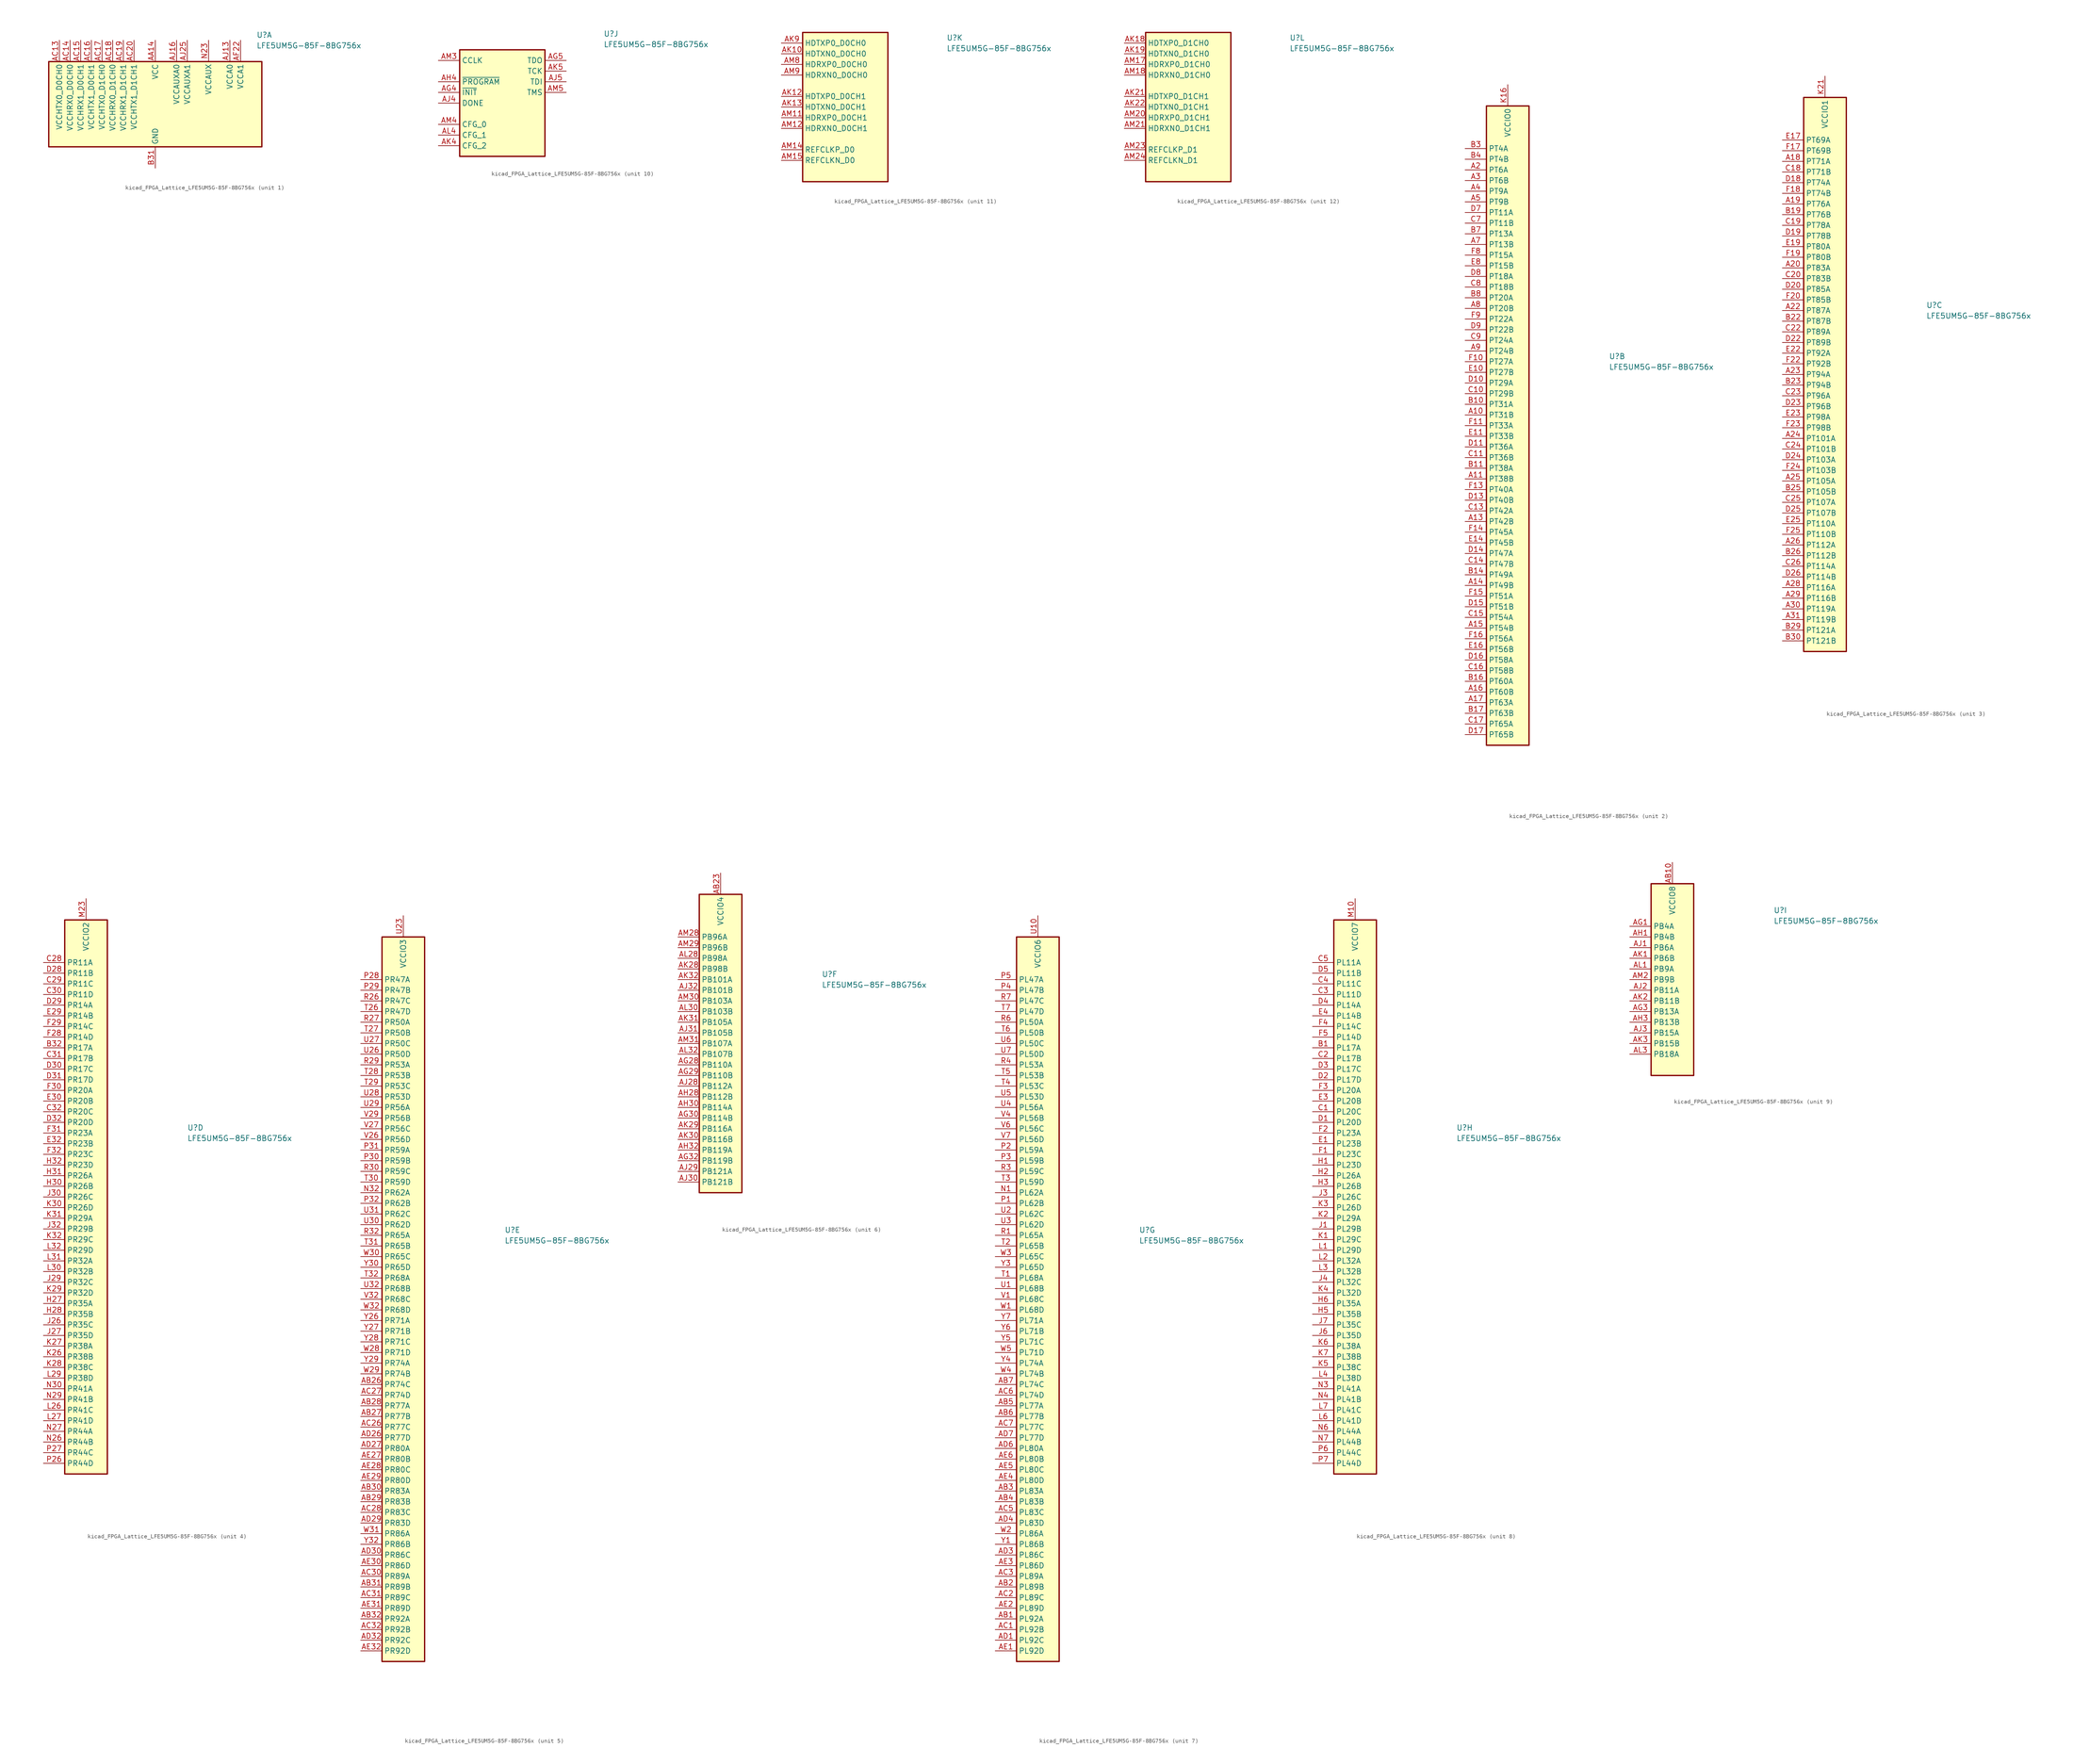
<source format=kicad_sym>
(kicad_symbol_lib
  (version 20220914)
  (generator kicad_symbol_editor)
  (symbol "kicad_FPGA_Lattice_LFE5UM5G-85F-8BG756x"
    (property "Reference" "U"
      (at 24.13 16.51 0)
      (effects (font (size 1.27 1.27)) (justify left)))
    (property "Value" "LFE5UM5G-85F-8BG756x"
      (at 24.13 13.97 0)
      (effects (font (size 1.27 1.27)) (justify left)))
    (property "ki_locked" ""
      (at 0 0 0)
      (effects (font (size 1.27 1.27))))
    (symbol "kicad_FPGA_Lattice_LFE5UM5G-85F-8BG756x_1_1"
      (rectangle (start -25.4 10.16) (end 25.4 -10.16) (stroke (width 0.305) (type default)) (fill (type background)))
      (pin passive line (at 0 -15.24 90) (length 5.08) hide (name "GND" (effects (font (size 1.27 1.27)))) (number "AA11" (effects (font (size 1.27 1.27)))))
      (pin passive line (at 0 15.24 270) (length 5.08) hide (name "VCC" (effects (font (size 1.27 1.27)))) (number "AA12" (effects (font (size 1.27 1.27)))))
      (pin passive line (at 0 15.24 270) (length 5.08) hide (name "VCC" (effects (font (size 1.27 1.27)))) (number "AA13" (effects (font (size 1.27 1.27)))))
      (pin power_in line (at 0 15.24 270) (length 5.08) (name "VCC" (effects (font (size 1.27 1.27)))) (number "AA14" (effects (font (size 1.27 1.27)))))
      (pin passive line (at 0 15.24 270) (length 5.08) hide (name "VCC" (effects (font (size 1.27 1.27)))) (number "AA15" (effects (font (size 1.27 1.27)))))
      (pin passive line (at 0 15.24 270) (length 5.08) hide (name "VCC" (effects (font (size 1.27 1.27)))) (number "AA16" (effects (font (size 1.27 1.27)))))
      (pin passive line (at 0 15.24 270) (length 5.08) hide (name "VCC" (effects (font (size 1.27 1.27)))) (number "AA17" (effects (font (size 1.27 1.27)))))
      (pin passive line (at 0 15.24 270) (length 5.08) hide (name "VCC" (effects (font (size 1.27 1.27)))) (number "AA18" (effects (font (size 1.27 1.27)))))
      (pin passive line (at 0 15.24 270) (length 5.08) hide (name "VCC" (effects (font (size 1.27 1.27)))) (number "AA19" (effects (font (size 1.27 1.27)))))
      (pin passive line (at 0 15.24 270) (length 5.08) hide (name "VCC" (effects (font (size 1.27 1.27)))) (number "AA20" (effects (font (size 1.27 1.27)))))
      (pin passive line (at 0 15.24 270) (length 5.08) hide (name "VCC" (effects (font (size 1.27 1.27)))) (number "AA21" (effects (font (size 1.27 1.27)))))
      (pin passive line (at 0 -15.24 90) (length 5.08) hide (name "GND" (effects (font (size 1.27 1.27)))) (number "AA22" (effects (font (size 1.27 1.27)))))
      (pin passive line (at 0 -15.24 90) (length 5.08) hide (name "GND" (effects (font (size 1.27 1.27)))) (number "AB11" (effects (font (size 1.27 1.27)))))
      (pin passive line (at 0 -15.24 90) (length 5.08) hide (name "GND" (effects (font (size 1.27 1.27)))) (number "AB12" (effects (font (size 1.27 1.27)))))
      (pin passive line (at 0 -15.24 90) (length 5.08) hide (name "GND" (effects (font (size 1.27 1.27)))) (number "AB13" (effects (font (size 1.27 1.27)))))
      (pin passive line (at 0 -15.24 90) (length 5.08) hide (name "GND" (effects (font (size 1.27 1.27)))) (number "AB14" (effects (font (size 1.27 1.27)))))
      (pin passive line (at 0 -15.24 90) (length 5.08) hide (name "GND" (effects (font (size 1.27 1.27)))) (number "AB15" (effects (font (size 1.27 1.27)))))
      (pin passive line (at 0 -15.24 90) (length 5.08) hide (name "GND" (effects (font (size 1.27 1.27)))) (number "AB16" (effects (font (size 1.27 1.27)))))
      (pin passive line (at 0 -15.24 90) (length 5.08) hide (name "GND" (effects (font (size 1.27 1.27)))) (number "AB17" (effects (font (size 1.27 1.27)))))
      (pin passive line (at 0 -15.24 90) (length 5.08) hide (name "GND" (effects (font (size 1.27 1.27)))) (number "AB18" (effects (font (size 1.27 1.27)))))
      (pin passive line (at 0 -15.24 90) (length 5.08) hide (name "GND" (effects (font (size 1.27 1.27)))) (number "AB19" (effects (font (size 1.27 1.27)))))
      (pin passive line (at 0 -15.24 90) (length 5.08) hide (name "GND" (effects (font (size 1.27 1.27)))) (number "AB20" (effects (font (size 1.27 1.27)))))
      (pin passive line (at 0 -15.24 90) (length 5.08) hide (name "GND" (effects (font (size 1.27 1.27)))) (number "AB21" (effects (font (size 1.27 1.27)))))
      (pin passive line (at 0 -15.24 90) (length 5.08) hide (name "GND" (effects (font (size 1.27 1.27)))) (number "AB22" (effects (font (size 1.27 1.27)))))
      (pin passive line (at 12.7 15.24 270) (length 5.08) hide (name "VCCAUX" (effects (font (size 1.27 1.27)))) (number "AC11" (effects (font (size 1.27 1.27)))))
      (pin passive line (at 0 -15.24 90) (length 5.08) hide (name "GND" (effects (font (size 1.27 1.27)))) (number "AC12" (effects (font (size 1.27 1.27)))))
      (pin power_in line (at -22.86 15.24 270) (length 5.08) (name "VCCHTX0_D0CH0" (effects (font (size 1.27 1.27)))) (number "AC13" (effects (font (size 1.27 1.27)))))
      (pin power_in line (at -20.32 15.24 270) (length 5.08) (name "VCCHRX0_D0CH0" (effects (font (size 1.27 1.27)))) (number "AC14" (effects (font (size 1.27 1.27)))))
      (pin power_in line (at -17.78 15.24 270) (length 5.08) (name "VCCHRX1_D0CH1" (effects (font (size 1.27 1.27)))) (number "AC15" (effects (font (size 1.27 1.27)))))
      (pin power_in line (at -15.24 15.24 270) (length 5.08) (name "VCCHTX1_D0CH1" (effects (font (size 1.27 1.27)))) (number "AC16" (effects (font (size 1.27 1.27)))))
      (pin power_in line (at -12.7 15.24 270) (length 5.08) (name "VCCHTX0_D1CH0" (effects (font (size 1.27 1.27)))) (number "AC17" (effects (font (size 1.27 1.27)))))
      (pin power_in line (at -10.16 15.24 270) (length 5.08) (name "VCCHRX0_D1CH0" (effects (font (size 1.27 1.27)))) (number "AC18" (effects (font (size 1.27 1.27)))))
      (pin power_in line (at -7.62 15.24 270) (length 5.08) (name "VCCHRX1_D1CH1" (effects (font (size 1.27 1.27)))) (number "AC19" (effects (font (size 1.27 1.27)))))
      (pin power_in line (at -5.08 15.24 270) (length 5.08) (name "VCCHTX1_D1CH1" (effects (font (size 1.27 1.27)))) (number "AC20" (effects (font (size 1.27 1.27)))))
      (pin passive line (at 0 -15.24 90) (length 5.08) hide (name "GND" (effects (font (size 1.27 1.27)))) (number "AC21" (effects (font (size 1.27 1.27)))))
      (pin passive line (at 12.7 15.24 270) (length 5.08) hide (name "VCCAUX" (effects (font (size 1.27 1.27)))) (number "AC22" (effects (font (size 1.27 1.27)))))
      (pin no_connect line (at 5.08 -10.16 90) (length 5.08) hide (name "NC" (effects (font (size 1.27 1.27)))) (number "AC29" (effects (font (size 1.27 1.27)))))
      (pin passive line (at 0 -15.24 90) (length 5.08) hide (name "GND" (effects (font (size 1.27 1.27)))) (number "AD2" (effects (font (size 1.27 1.27)))))
      (pin passive line (at 0 -15.24 90) (length 5.08) hide (name "GND" (effects (font (size 1.27 1.27)))) (number "AD28" (effects (font (size 1.27 1.27)))))
      (pin passive line (at 0 -15.24 90) (length 5.08) hide (name "GND" (effects (font (size 1.27 1.27)))) (number "AD31" (effects (font (size 1.27 1.27)))))
      (pin passive line (at 0 -15.24 90) (length 5.08) hide (name "GND" (effects (font (size 1.27 1.27)))) (number "AD5" (effects (font (size 1.27 1.27)))))
      (pin no_connect line (at 22.86 -10.16 90) (length 5.08) hide (name "NC" (effects (font (size 1.27 1.27)))) (number "AE26" (effects (font (size 1.27 1.27)))))
      (pin no_connect line (at 22.86 10.16 270) (length 5.08) hide (name "NC" (effects (font (size 1.27 1.27)))) (number "AE7" (effects (font (size 1.27 1.27)))))
      (pin passive line (at 0 -15.24 90) (length 5.08) hide (name "GND" (effects (font (size 1.27 1.27)))) (number "AF11" (effects (font (size 1.27 1.27)))))
      (pin passive line (at 0 -15.24 90) (length 5.08) hide (name "GND" (effects (font (size 1.27 1.27)))) (number "AF12" (effects (font (size 1.27 1.27)))))
      (pin passive line (at 0 -15.24 90) (length 5.08) hide (name "GND" (effects (font (size 1.27 1.27)))) (number "AF14" (effects (font (size 1.27 1.27)))))
      (pin passive line (at 0 -15.24 90) (length 5.08) hide (name "GND" (effects (font (size 1.27 1.27)))) (number "AF15" (effects (font (size 1.27 1.27)))))
      (pin passive line (at 0 -15.24 90) (length 5.08) hide (name "GND" (effects (font (size 1.27 1.27)))) (number "AF16" (effects (font (size 1.27 1.27)))))
      (pin passive line (at 0 -15.24 90) (length 5.08) hide (name "GND" (effects (font (size 1.27 1.27)))) (number "AF17" (effects (font (size 1.27 1.27)))))
      (pin passive line (at 0 -15.24 90) (length 5.08) hide (name "GND" (effects (font (size 1.27 1.27)))) (number "AF19" (effects (font (size 1.27 1.27)))))
      (pin passive line (at 0 -15.24 90) (length 5.08) hide (name "GND" (effects (font (size 1.27 1.27)))) (number "AF20" (effects (font (size 1.27 1.27)))))
      (pin power_in line (at 20.32 15.24 270) (length 5.08) (name "VCCA1" (effects (font (size 1.27 1.27)))) (number "AF22" (effects (font (size 1.27 1.27)))))
      (pin passive line (at 0 -15.24 90) (length 5.08) hide (name "GND" (effects (font (size 1.27 1.27)))) (number "AF23" (effects (font (size 1.27 1.27)))))
      (pin passive line (at 0 -15.24 90) (length 5.08) hide (name "GND" (effects (font (size 1.27 1.27)))) (number "AG11" (effects (font (size 1.27 1.27)))))
      (pin passive line (at 17.78 15.24 270) (length 5.08) hide (name "VCCA0" (effects (font (size 1.27 1.27)))) (number "AG12" (effects (font (size 1.27 1.27)))))
      (pin passive line (at 0 -15.24 90) (length 5.08) hide (name "GND" (effects (font (size 1.27 1.27)))) (number "AG14" (effects (font (size 1.27 1.27)))))
      (pin passive line (at 0 -15.24 90) (length 5.08) hide (name "GND" (effects (font (size 1.27 1.27)))) (number "AG15" (effects (font (size 1.27 1.27)))))
      (pin passive line (at 0 -15.24 90) (length 5.08) hide (name "GND" (effects (font (size 1.27 1.27)))) (number "AG16" (effects (font (size 1.27 1.27)))))
      (pin passive line (at 0 -15.24 90) (length 5.08) hide (name "GND" (effects (font (size 1.27 1.27)))) (number "AG17" (effects (font (size 1.27 1.27)))))
      (pin passive line (at 20.32 15.24 270) (length 5.08) hide (name "VCCA1" (effects (font (size 1.27 1.27)))) (number "AG19" (effects (font (size 1.27 1.27)))))
      (pin passive line (at 0 -15.24 90) (length 5.08) hide (name "GND" (effects (font (size 1.27 1.27)))) (number "AG20" (effects (font (size 1.27 1.27)))))
      (pin passive line (at 20.32 15.24 270) (length 5.08) hide (name "VCCA1" (effects (font (size 1.27 1.27)))) (number "AG22" (effects (font (size 1.27 1.27)))))
      (pin passive line (at 0 -15.24 90) (length 5.08) hide (name "GND" (effects (font (size 1.27 1.27)))) (number "AG23" (effects (font (size 1.27 1.27)))))
      (pin no_connect line (at -17.78 -10.16 90) (length 5.08) hide (name "NC" (effects (font (size 1.27 1.27)))) (number "AG24" (effects (font (size 1.27 1.27)))))
      (pin no_connect line (at 17.78 -10.16 90) (length 5.08) hide (name "NC" (effects (font (size 1.27 1.27)))) (number "AG31" (effects (font (size 1.27 1.27)))))
      (pin passive line (at 17.78 15.24 270) (length 5.08) hide (name "VCCA0" (effects (font (size 1.27 1.27)))) (number "AG9" (effects (font (size 1.27 1.27)))))
      (pin passive line (at 0 -15.24 90) (length 5.08) hide (name "GND" (effects (font (size 1.27 1.27)))) (number "AH11" (effects (font (size 1.27 1.27)))))
      (pin passive line (at 17.78 15.24 270) (length 5.08) hide (name "VCCA0" (effects (font (size 1.27 1.27)))) (number "AH12" (effects (font (size 1.27 1.27)))))
      (pin passive line (at 0 -15.24 90) (length 5.08) hide (name "GND" (effects (font (size 1.27 1.27)))) (number "AH14" (effects (font (size 1.27 1.27)))))
      (pin passive line (at 0 -15.24 90) (length 5.08) hide (name "GND" (effects (font (size 1.27 1.27)))) (number "AH15" (effects (font (size 1.27 1.27)))))
      (pin passive line (at 0 -15.24 90) (length 5.08) hide (name "GND" (effects (font (size 1.27 1.27)))) (number "AH16" (effects (font (size 1.27 1.27)))))
      (pin passive line (at 0 -15.24 90) (length 5.08) hide (name "GND" (effects (font (size 1.27 1.27)))) (number "AH17" (effects (font (size 1.27 1.27)))))
      (pin passive line (at 20.32 15.24 270) (length 5.08) hide (name "VCCA1" (effects (font (size 1.27 1.27)))) (number "AH19" (effects (font (size 1.27 1.27)))))
      (pin passive line (at 0 -15.24 90) (length 5.08) hide (name "GND" (effects (font (size 1.27 1.27)))) (number "AH2" (effects (font (size 1.27 1.27)))))
      (pin passive line (at 0 -15.24 90) (length 5.08) hide (name "GND" (effects (font (size 1.27 1.27)))) (number "AH20" (effects (font (size 1.27 1.27)))))
      (pin passive line (at 20.32 15.24 270) (length 5.08) hide (name "VCCA1" (effects (font (size 1.27 1.27)))) (number "AH22" (effects (font (size 1.27 1.27)))))
      (pin passive line (at 0 -15.24 90) (length 5.08) hide (name "GND" (effects (font (size 1.27 1.27)))) (number "AH23" (effects (font (size 1.27 1.27)))))
      (pin passive line (at 0 -15.24 90) (length 5.08) hide (name "GND" (effects (font (size 1.27 1.27)))) (number "AH24" (effects (font (size 1.27 1.27)))))
      (pin passive line (at 0 -15.24 90) (length 5.08) hide (name "GND" (effects (font (size 1.27 1.27)))) (number "AH25" (effects (font (size 1.27 1.27)))))
      (pin passive line (at 0 -15.24 90) (length 5.08) hide (name "GND" (effects (font (size 1.27 1.27)))) (number "AH26" (effects (font (size 1.27 1.27)))))
      (pin passive line (at 0 -15.24 90) (length 5.08) hide (name "GND" (effects (font (size 1.27 1.27)))) (number "AH29" (effects (font (size 1.27 1.27)))))
      (pin passive line (at 0 -15.24 90) (length 5.08) hide (name "GND" (effects (font (size 1.27 1.27)))) (number "AH31" (effects (font (size 1.27 1.27)))))
      (pin passive line (at 0 -15.24 90) (length 5.08) hide (name "GND" (effects (font (size 1.27 1.27)))) (number "AH5" (effects (font (size 1.27 1.27)))))
      (pin passive line (at 0 -15.24 90) (length 5.08) hide (name "GND" (effects (font (size 1.27 1.27)))) (number "AH7" (effects (font (size 1.27 1.27)))))
      (pin passive line (at 0 -15.24 90) (length 5.08) hide (name "GND" (effects (font (size 1.27 1.27)))) (number "AH8" (effects (font (size 1.27 1.27)))))
      (pin passive line (at 17.78 15.24 270) (length 5.08) hide (name "VCCA0" (effects (font (size 1.27 1.27)))) (number "AH9" (effects (font (size 1.27 1.27)))))
      (pin passive line (at 17.78 15.24 270) (length 5.08) hide (name "VCCA0" (effects (font (size 1.27 1.27)))) (number "AJ10" (effects (font (size 1.27 1.27)))))
      (pin passive line (at 0 -15.24 90) (length 5.08) hide (name "GND" (effects (font (size 1.27 1.27)))) (number "AJ11" (effects (font (size 1.27 1.27)))))
      (pin passive line (at 17.78 15.24 270) (length 5.08) hide (name "VCCA0" (effects (font (size 1.27 1.27)))) (number "AJ12" (effects (font (size 1.27 1.27)))))
      (pin power_in line (at 17.78 15.24 270) (length 5.08) (name "VCCA0" (effects (font (size 1.27 1.27)))) (number "AJ13" (effects (font (size 1.27 1.27)))))
      (pin passive line (at 0 -15.24 90) (length 5.08) hide (name "GND" (effects (font (size 1.27 1.27)))) (number "AJ14" (effects (font (size 1.27 1.27)))))
      (pin passive line (at 5.08 15.24 270) (length 5.08) hide (name "VCCAUXA0" (effects (font (size 1.27 1.27)))) (number "AJ15" (effects (font (size 1.27 1.27)))))
      (pin power_in line (at 5.08 15.24 270) (length 5.08) (name "VCCAUXA0" (effects (font (size 1.27 1.27)))) (number "AJ16" (effects (font (size 1.27 1.27)))))
      (pin passive line (at 0 -15.24 90) (length 5.08) hide (name "GND" (effects (font (size 1.27 1.27)))) (number "AJ17" (effects (font (size 1.27 1.27)))))
      (pin passive line (at 20.32 15.24 270) (length 5.08) hide (name "VCCA1" (effects (font (size 1.27 1.27)))) (number "AJ18" (effects (font (size 1.27 1.27)))))
      (pin passive line (at 20.32 15.24 270) (length 5.08) hide (name "VCCA1" (effects (font (size 1.27 1.27)))) (number "AJ19" (effects (font (size 1.27 1.27)))))
      (pin passive line (at 0 -15.24 90) (length 5.08) hide (name "GND" (effects (font (size 1.27 1.27)))) (number "AJ20" (effects (font (size 1.27 1.27)))))
      (pin passive line (at 20.32 15.24 270) (length 5.08) hide (name "VCCA1" (effects (font (size 1.27 1.27)))) (number "AJ21" (effects (font (size 1.27 1.27)))))
      (pin passive line (at 20.32 15.24 270) (length 5.08) hide (name "VCCA1" (effects (font (size 1.27 1.27)))) (number "AJ22" (effects (font (size 1.27 1.27)))))
      (pin passive line (at 0 -15.24 90) (length 5.08) hide (name "GND" (effects (font (size 1.27 1.27)))) (number "AJ23" (effects (font (size 1.27 1.27)))))
      (pin passive line (at 7.62 15.24 270) (length 5.08) hide (name "VCCAUXA1" (effects (font (size 1.27 1.27)))) (number "AJ24" (effects (font (size 1.27 1.27)))))
      (pin power_in line (at 7.62 15.24 270) (length 5.08) (name "VCCAUXA1" (effects (font (size 1.27 1.27)))) (number "AJ25" (effects (font (size 1.27 1.27)))))
      (pin passive line (at 0 -15.24 90) (length 5.08) hide (name "GND" (effects (font (size 1.27 1.27)))) (number "AJ26" (effects (font (size 1.27 1.27)))))
      (pin passive line (at 0 -15.24 90) (length 5.08) hide (name "GND" (effects (font (size 1.27 1.27)))) (number "AJ7" (effects (font (size 1.27 1.27)))))
      (pin passive line (at 0 -15.24 90) (length 5.08) hide (name "GND" (effects (font (size 1.27 1.27)))) (number "AJ8" (effects (font (size 1.27 1.27)))))
      (pin passive line (at 17.78 15.24 270) (length 5.08) hide (name "VCCA0" (effects (font (size 1.27 1.27)))) (number "AJ9" (effects (font (size 1.27 1.27)))))
      (pin passive line (at 0 -15.24 90) (length 5.08) hide (name "GND" (effects (font (size 1.27 1.27)))) (number "AK11" (effects (font (size 1.27 1.27)))))
      (pin passive line (at 0 -15.24 90) (length 5.08) hide (name "GND" (effects (font (size 1.27 1.27)))) (number "AK14" (effects (font (size 1.27 1.27)))))
      (pin passive line (at 0 -15.24 90) (length 5.08) hide (name "GND" (effects (font (size 1.27 1.27)))) (number "AK17" (effects (font (size 1.27 1.27)))))
      (pin passive line (at 0 -15.24 90) (length 5.08) hide (name "GND" (effects (font (size 1.27 1.27)))) (number "AK20" (effects (font (size 1.27 1.27)))))
      (pin passive line (at 0 -15.24 90) (length 5.08) hide (name "GND" (effects (font (size 1.27 1.27)))) (number "AK23" (effects (font (size 1.27 1.27)))))
      (pin passive line (at 0 -15.24 90) (length 5.08) hide (name "GND" (effects (font (size 1.27 1.27)))) (number "AK26" (effects (font (size 1.27 1.27)))))
      (pin passive line (at 0 -15.24 90) (length 5.08) hide (name "GND" (effects (font (size 1.27 1.27)))) (number "AK7" (effects (font (size 1.27 1.27)))))
      (pin passive line (at 0 -15.24 90) (length 5.08) hide (name "GND" (effects (font (size 1.27 1.27)))) (number "AK8" (effects (font (size 1.27 1.27)))))
      (pin passive line (at 0 -15.24 90) (length 5.08) hide (name "GND" (effects (font (size 1.27 1.27)))) (number "AL11" (effects (font (size 1.27 1.27)))))
      (pin passive line (at 0 -15.24 90) (length 5.08) hide (name "GND" (effects (font (size 1.27 1.27)))) (number "AL12" (effects (font (size 1.27 1.27)))))
      (pin passive line (at 0 -15.24 90) (length 5.08) hide (name "GND" (effects (font (size 1.27 1.27)))) (number "AL14" (effects (font (size 1.27 1.27)))))
      (pin passive line (at 0 -15.24 90) (length 5.08) hide (name "GND" (effects (font (size 1.27 1.27)))) (number "AL15" (effects (font (size 1.27 1.27)))))
      (pin passive line (at 0 -15.24 90) (length 5.08) hide (name "GND" (effects (font (size 1.27 1.27)))) (number "AL17" (effects (font (size 1.27 1.27)))))
      (pin passive line (at 0 -15.24 90) (length 5.08) hide (name "GND" (effects (font (size 1.27 1.27)))) (number "AL18" (effects (font (size 1.27 1.27)))))
      (pin passive line (at 0 -15.24 90) (length 5.08) hide (name "GND" (effects (font (size 1.27 1.27)))) (number "AL2" (effects (font (size 1.27 1.27)))))
      (pin passive line (at 0 -15.24 90) (length 5.08) hide (name "GND" (effects (font (size 1.27 1.27)))) (number "AL20" (effects (font (size 1.27 1.27)))))
      (pin passive line (at 0 -15.24 90) (length 5.08) hide (name "GND" (effects (font (size 1.27 1.27)))) (number "AL21" (effects (font (size 1.27 1.27)))))
      (pin passive line (at 0 -15.24 90) (length 5.08) hide (name "GND" (effects (font (size 1.27 1.27)))) (number "AL23" (effects (font (size 1.27 1.27)))))
      (pin passive line (at 0 -15.24 90) (length 5.08) hide (name "GND" (effects (font (size 1.27 1.27)))) (number "AL24" (effects (font (size 1.27 1.27)))))
      (pin passive line (at 0 -15.24 90) (length 5.08) hide (name "GND" (effects (font (size 1.27 1.27)))) (number "AL26" (effects (font (size 1.27 1.27)))))
      (pin passive line (at 0 -15.24 90) (length 5.08) hide (name "GND" (effects (font (size 1.27 1.27)))) (number "AL29" (effects (font (size 1.27 1.27)))))
      (pin passive line (at 0 -15.24 90) (length 5.08) hide (name "GND" (effects (font (size 1.27 1.27)))) (number "AL31" (effects (font (size 1.27 1.27)))))
      (pin passive line (at 0 -15.24 90) (length 5.08) hide (name "GND" (effects (font (size 1.27 1.27)))) (number "AL5" (effects (font (size 1.27 1.27)))))
      (pin passive line (at 0 -15.24 90) (length 5.08) hide (name "GND" (effects (font (size 1.27 1.27)))) (number "AL7" (effects (font (size 1.27 1.27)))))
      (pin passive line (at 0 -15.24 90) (length 5.08) hide (name "GND" (effects (font (size 1.27 1.27)))) (number "AL8" (effects (font (size 1.27 1.27)))))
      (pin passive line (at 0 -15.24 90) (length 5.08) hide (name "GND" (effects (font (size 1.27 1.27)))) (number "AL9" (effects (font (size 1.27 1.27)))))
      (pin passive line (at 0 -15.24 90) (length 5.08) hide (name "GND" (effects (font (size 1.27 1.27)))) (number "AM26" (effects (font (size 1.27 1.27)))))
      (pin passive line (at 0 -15.24 90) (length 5.08) hide (name "GND" (effects (font (size 1.27 1.27)))) (number "AM7" (effects (font (size 1.27 1.27)))))
      (pin passive line (at 0 -15.24 90) (length 5.08) hide (name "GND" (effects (font (size 1.27 1.27)))) (number "B13" (effects (font (size 1.27 1.27)))))
      (pin passive line (at 0 -15.24 90) (length 5.08) hide (name "GND" (effects (font (size 1.27 1.27)))) (number "B15" (effects (font (size 1.27 1.27)))))
      (pin passive line (at 0 -15.24 90) (length 5.08) hide (name "GND" (effects (font (size 1.27 1.27)))) (number "B18" (effects (font (size 1.27 1.27)))))
      (pin passive line (at 0 -15.24 90) (length 5.08) hide (name "GND" (effects (font (size 1.27 1.27)))) (number "B2" (effects (font (size 1.27 1.27)))))
      (pin passive line (at 0 -15.24 90) (length 5.08) hide (name "GND" (effects (font (size 1.27 1.27)))) (number "B20" (effects (font (size 1.27 1.27)))))
      (pin passive line (at 0 -15.24 90) (length 5.08) hide (name "GND" (effects (font (size 1.27 1.27)))) (number "B24" (effects (font (size 1.27 1.27)))))
      (pin passive line (at 0 -15.24 90) (length 5.08) hide (name "GND" (effects (font (size 1.27 1.27)))) (number "B28" (effects (font (size 1.27 1.27)))))
      (pin power_in line (at 0 -15.24 90) (length 5.08) (name "GND" (effects (font (size 1.27 1.27)))) (number "B31" (effects (font (size 1.27 1.27)))))
      (pin passive line (at 0 -15.24 90) (length 5.08) hide (name "GND" (effects (font (size 1.27 1.27)))) (number "B5" (effects (font (size 1.27 1.27)))))
      (pin passive line (at 0 -15.24 90) (length 5.08) hide (name "GND" (effects (font (size 1.27 1.27)))) (number "B9" (effects (font (size 1.27 1.27)))))
      (pin passive line (at 0 -15.24 90) (length 5.08) hide (name "GND" (effects (font (size 1.27 1.27)))) (number "E13" (effects (font (size 1.27 1.27)))))
      (pin passive line (at 0 -15.24 90) (length 5.08) hide (name "GND" (effects (font (size 1.27 1.27)))) (number "E15" (effects (font (size 1.27 1.27)))))
      (pin passive line (at 0 -15.24 90) (length 5.08) hide (name "GND" (effects (font (size 1.27 1.27)))) (number "E18" (effects (font (size 1.27 1.27)))))
      (pin passive line (at 0 -15.24 90) (length 5.08) hide (name "GND" (effects (font (size 1.27 1.27)))) (number "E2" (effects (font (size 1.27 1.27)))))
      (pin passive line (at 0 -15.24 90) (length 5.08) hide (name "GND" (effects (font (size 1.27 1.27)))) (number "E20" (effects (font (size 1.27 1.27)))))
      (pin passive line (at 0 -15.24 90) (length 5.08) hide (name "GND" (effects (font (size 1.27 1.27)))) (number "E24" (effects (font (size 1.27 1.27)))))
      (pin no_connect line (at 15.24 10.16 270) (length 5.08) hide (name "NC" (effects (font (size 1.27 1.27)))) (number "E26" (effects (font (size 1.27 1.27)))))
      (pin passive line (at 0 -15.24 90) (length 5.08) hide (name "GND" (effects (font (size 1.27 1.27)))) (number "E28" (effects (font (size 1.27 1.27)))))
      (pin passive line (at 0 -15.24 90) (length 5.08) hide (name "GND" (effects (font (size 1.27 1.27)))) (number "E31" (effects (font (size 1.27 1.27)))))
      (pin passive line (at 0 -15.24 90) (length 5.08) hide (name "GND" (effects (font (size 1.27 1.27)))) (number "E5" (effects (font (size 1.27 1.27)))))
      (pin no_connect line (at 2.54 10.16 270) (length 5.08) hide (name "NC" (effects (font (size 1.27 1.27)))) (number "E7" (effects (font (size 1.27 1.27)))))
      (pin passive line (at 0 -15.24 90) (length 5.08) hide (name "GND" (effects (font (size 1.27 1.27)))) (number "E9" (effects (font (size 1.27 1.27)))))
      (pin no_connect line (at 20.32 -10.16 90) (length 5.08) hide (name "NC" (effects (font (size 1.27 1.27)))) (number "G10" (effects (font (size 1.27 1.27)))))
      (pin no_connect line (at 2.54 -10.16 90) (length 5.08) hide (name "NC" (effects (font (size 1.27 1.27)))) (number "G11" (effects (font (size 1.27 1.27)))))
      (pin no_connect line (at -20.32 -10.16 90) (length 5.08) hide (name "NC" (effects (font (size 1.27 1.27)))) (number "G14" (effects (font (size 1.27 1.27)))))
      (pin no_connect line (at -22.86 -10.16 90) (length 5.08) hide (name "NC" (effects (font (size 1.27 1.27)))) (number "G15" (effects (font (size 1.27 1.27)))))
      (pin no_connect line (at -2.54 -10.16 90) (length 5.08) hide (name "NC" (effects (font (size 1.27 1.27)))) (number "G16" (effects (font (size 1.27 1.27)))))
      (pin no_connect line (at -5.08 -10.16 90) (length 5.08) hide (name "NC" (effects (font (size 1.27 1.27)))) (number "G17" (effects (font (size 1.27 1.27)))))
      (pin no_connect line (at -7.62 -10.16 90) (length 5.08) hide (name "NC" (effects (font (size 1.27 1.27)))) (number "G18" (effects (font (size 1.27 1.27)))))
      (pin no_connect line (at -10.16 -10.16 90) (length 5.08) hide (name "NC" (effects (font (size 1.27 1.27)))) (number "G19" (effects (font (size 1.27 1.27)))))
      (pin no_connect line (at -12.7 -10.16 90) (length 5.08) hide (name "NC" (effects (font (size 1.27 1.27)))) (number "G22" (effects (font (size 1.27 1.27)))))
      (pin no_connect line (at -15.24 -10.16 90) (length 5.08) hide (name "NC" (effects (font (size 1.27 1.27)))) (number "G23" (effects (font (size 1.27 1.27)))))
      (pin no_connect line (at 10.16 10.16 270) (length 5.08) hide (name "NC" (effects (font (size 1.27 1.27)))) (number "G24" (effects (font (size 1.27 1.27)))))
      (pin no_connect line (at -2.54 10.16 270) (length 5.08) hide (name "NC" (effects (font (size 1.27 1.27)))) (number "G9" (effects (font (size 1.27 1.27)))))
      (pin no_connect line (at 12.7 -10.16 90) (length 5.08) hide (name "NC" (effects (font (size 1.27 1.27)))) (number "H29" (effects (font (size 1.27 1.27)))))
      (pin passive line (at 0 -15.24 90) (length 5.08) hide (name "GND" (effects (font (size 1.27 1.27)))) (number "J2" (effects (font (size 1.27 1.27)))))
      (pin passive line (at 0 -15.24 90) (length 5.08) hide (name "GND" (effects (font (size 1.27 1.27)))) (number "J28" (effects (font (size 1.27 1.27)))))
      (pin passive line (at 0 -15.24 90) (length 5.08) hide (name "GND" (effects (font (size 1.27 1.27)))) (number "J31" (effects (font (size 1.27 1.27)))))
      (pin passive line (at 0 -15.24 90) (length 5.08) hide (name "GND" (effects (font (size 1.27 1.27)))) (number "J5" (effects (font (size 1.27 1.27)))))
      (pin passive line (at 0 -15.24 90) (length 5.08) hide (name "GND" (effects (font (size 1.27 1.27)))) (number "K10" (effects (font (size 1.27 1.27)))))
      (pin passive line (at 0 -15.24 90) (length 5.08) hide (name "GND" (effects (font (size 1.27 1.27)))) (number "K11" (effects (font (size 1.27 1.27)))))
      (pin passive line (at 12.7 15.24 270) (length 5.08) hide (name "VCCAUX" (effects (font (size 1.27 1.27)))) (number "K13" (effects (font (size 1.27 1.27)))))
      (pin passive line (at 12.7 15.24 270) (length 5.08) hide (name "VCCAUX" (effects (font (size 1.27 1.27)))) (number "K20" (effects (font (size 1.27 1.27)))))
      (pin passive line (at 0 -15.24 90) (length 5.08) hide (name "GND" (effects (font (size 1.27 1.27)))) (number "K22" (effects (font (size 1.27 1.27)))))
      (pin passive line (at 0 -15.24 90) (length 5.08) hide (name "GND" (effects (font (size 1.27 1.27)))) (number "K23" (effects (font (size 1.27 1.27)))))
      (pin passive line (at 0 -15.24 90) (length 5.08) hide (name "GND" (effects (font (size 1.27 1.27)))) (number "L10" (effects (font (size 1.27 1.27)))))
      (pin passive line (at 0 -15.24 90) (length 5.08) hide (name "GND" (effects (font (size 1.27 1.27)))) (number "L11" (effects (font (size 1.27 1.27)))))
      (pin passive line (at 0 -15.24 90) (length 5.08) hide (name "GND" (effects (font (size 1.27 1.27)))) (number "L12" (effects (font (size 1.27 1.27)))))
      (pin passive line (at 0 -15.24 90) (length 5.08) hide (name "GND" (effects (font (size 1.27 1.27)))) (number "L13" (effects (font (size 1.27 1.27)))))
      (pin passive line (at 0 -15.24 90) (length 5.08) hide (name "GND" (effects (font (size 1.27 1.27)))) (number "L14" (effects (font (size 1.27 1.27)))))
      (pin passive line (at 0 -15.24 90) (length 5.08) hide (name "GND" (effects (font (size 1.27 1.27)))) (number "L15" (effects (font (size 1.27 1.27)))))
      (pin passive line (at 0 -15.24 90) (length 5.08) hide (name "GND" (effects (font (size 1.27 1.27)))) (number "L16" (effects (font (size 1.27 1.27)))))
      (pin passive line (at 0 -15.24 90) (length 5.08) hide (name "GND" (effects (font (size 1.27 1.27)))) (number "L17" (effects (font (size 1.27 1.27)))))
      (pin passive line (at 0 -15.24 90) (length 5.08) hide (name "GND" (effects (font (size 1.27 1.27)))) (number "L18" (effects (font (size 1.27 1.27)))))
      (pin passive line (at 0 -15.24 90) (length 5.08) hide (name "GND" (effects (font (size 1.27 1.27)))) (number "L19" (effects (font (size 1.27 1.27)))))
      (pin passive line (at 0 -15.24 90) (length 5.08) hide (name "GND" (effects (font (size 1.27 1.27)))) (number "L20" (effects (font (size 1.27 1.27)))))
      (pin passive line (at 0 -15.24 90) (length 5.08) hide (name "GND" (effects (font (size 1.27 1.27)))) (number "L21" (effects (font (size 1.27 1.27)))))
      (pin passive line (at 0 -15.24 90) (length 5.08) hide (name "GND" (effects (font (size 1.27 1.27)))) (number "L22" (effects (font (size 1.27 1.27)))))
      (pin passive line (at 0 -15.24 90) (length 5.08) hide (name "GND" (effects (font (size 1.27 1.27)))) (number "L23" (effects (font (size 1.27 1.27)))))
      (pin no_connect line (at 7.62 -10.16 90) (length 5.08) hide (name "NC" (effects (font (size 1.27 1.27)))) (number "L28" (effects (font (size 1.27 1.27)))))
      (pin passive line (at 0 -15.24 90) (length 5.08) hide (name "GND" (effects (font (size 1.27 1.27)))) (number "M11" (effects (font (size 1.27 1.27)))))
      (pin passive line (at 0 15.24 270) (length 5.08) hide (name "VCC" (effects (font (size 1.27 1.27)))) (number "M12" (effects (font (size 1.27 1.27)))))
      (pin passive line (at 0 15.24 270) (length 5.08) hide (name "VCC" (effects (font (size 1.27 1.27)))) (number "M13" (effects (font (size 1.27 1.27)))))
      (pin passive line (at 0 15.24 270) (length 5.08) hide (name "VCC" (effects (font (size 1.27 1.27)))) (number "M14" (effects (font (size 1.27 1.27)))))
      (pin passive line (at 0 15.24 270) (length 5.08) hide (name "VCC" (effects (font (size 1.27 1.27)))) (number "M15" (effects (font (size 1.27 1.27)))))
      (pin passive line (at 0 15.24 270) (length 5.08) hide (name "VCC" (effects (font (size 1.27 1.27)))) (number "M16" (effects (font (size 1.27 1.27)))))
      (pin passive line (at 0 15.24 270) (length 5.08) hide (name "VCC" (effects (font (size 1.27 1.27)))) (number "M17" (effects (font (size 1.27 1.27)))))
      (pin passive line (at 0 15.24 270) (length 5.08) hide (name "VCC" (effects (font (size 1.27 1.27)))) (number "M18" (effects (font (size 1.27 1.27)))))
      (pin passive line (at 0 15.24 270) (length 5.08) hide (name "VCC" (effects (font (size 1.27 1.27)))) (number "M19" (effects (font (size 1.27 1.27)))))
      (pin passive line (at 0 15.24 270) (length 5.08) hide (name "VCC" (effects (font (size 1.27 1.27)))) (number "M20" (effects (font (size 1.27 1.27)))))
      (pin passive line (at 0 15.24 270) (length 5.08) hide (name "VCC" (effects (font (size 1.27 1.27)))) (number "M21" (effects (font (size 1.27 1.27)))))
      (pin passive line (at 0 -15.24 90) (length 5.08) hide (name "GND" (effects (font (size 1.27 1.27)))) (number "M22" (effects (font (size 1.27 1.27)))))
      (pin passive line (at 12.7 15.24 270) (length 5.08) hide (name "VCCAUX" (effects (font (size 1.27 1.27)))) (number "N10" (effects (font (size 1.27 1.27)))))
      (pin passive line (at 0 -15.24 90) (length 5.08) hide (name "GND" (effects (font (size 1.27 1.27)))) (number "N11" (effects (font (size 1.27 1.27)))))
      (pin passive line (at 0 15.24 270) (length 5.08) hide (name "VCC" (effects (font (size 1.27 1.27)))) (number "N12" (effects (font (size 1.27 1.27)))))
      (pin passive line (at 0 -15.24 90) (length 5.08) hide (name "GND" (effects (font (size 1.27 1.27)))) (number "N13" (effects (font (size 1.27 1.27)))))
      (pin passive line (at 0 -15.24 90) (length 5.08) hide (name "GND" (effects (font (size 1.27 1.27)))) (number "N14" (effects (font (size 1.27 1.27)))))
      (pin passive line (at 0 -15.24 90) (length 5.08) hide (name "GND" (effects (font (size 1.27 1.27)))) (number "N15" (effects (font (size 1.27 1.27)))))
      (pin passive line (at 0 -15.24 90) (length 5.08) hide (name "GND" (effects (font (size 1.27 1.27)))) (number "N16" (effects (font (size 1.27 1.27)))))
      (pin passive line (at 0 -15.24 90) (length 5.08) hide (name "GND" (effects (font (size 1.27 1.27)))) (number "N17" (effects (font (size 1.27 1.27)))))
      (pin passive line (at 0 -15.24 90) (length 5.08) hide (name "GND" (effects (font (size 1.27 1.27)))) (number "N18" (effects (font (size 1.27 1.27)))))
      (pin passive line (at 0 -15.24 90) (length 5.08) hide (name "GND" (effects (font (size 1.27 1.27)))) (number "N19" (effects (font (size 1.27 1.27)))))
      (pin passive line (at 0 -15.24 90) (length 5.08) hide (name "GND" (effects (font (size 1.27 1.27)))) (number "N2" (effects (font (size 1.27 1.27)))))
      (pin passive line (at 0 -15.24 90) (length 5.08) hide (name "GND" (effects (font (size 1.27 1.27)))) (number "N20" (effects (font (size 1.27 1.27)))))
      (pin passive line (at 0 15.24 270) (length 5.08) hide (name "VCC" (effects (font (size 1.27 1.27)))) (number "N21" (effects (font (size 1.27 1.27)))))
      (pin passive line (at 0 -15.24 90) (length 5.08) hide (name "GND" (effects (font (size 1.27 1.27)))) (number "N22" (effects (font (size 1.27 1.27)))))
      (pin power_in line (at 12.7 15.24 270) (length 5.08) (name "VCCAUX" (effects (font (size 1.27 1.27)))) (number "N23" (effects (font (size 1.27 1.27)))))
      (pin passive line (at 0 -15.24 90) (length 5.08) hide (name "GND" (effects (font (size 1.27 1.27)))) (number "N28" (effects (font (size 1.27 1.27)))))
      (pin passive line (at 0 -15.24 90) (length 5.08) hide (name "GND" (effects (font (size 1.27 1.27)))) (number "N31" (effects (font (size 1.27 1.27)))))
      (pin passive line (at 0 -15.24 90) (length 5.08) hide (name "GND" (effects (font (size 1.27 1.27)))) (number "N5" (effects (font (size 1.27 1.27)))))
      (pin passive line (at 0 -15.24 90) (length 5.08) hide (name "GND" (effects (font (size 1.27 1.27)))) (number "P11" (effects (font (size 1.27 1.27)))))
      (pin passive line (at 0 15.24 270) (length 5.08) hide (name "VCC" (effects (font (size 1.27 1.27)))) (number "P12" (effects (font (size 1.27 1.27)))))
      (pin passive line (at 0 -15.24 90) (length 5.08) hide (name "GND" (effects (font (size 1.27 1.27)))) (number "P13" (effects (font (size 1.27 1.27)))))
      (pin passive line (at 0 -15.24 90) (length 5.08) hide (name "GND" (effects (font (size 1.27 1.27)))) (number "P14" (effects (font (size 1.27 1.27)))))
      (pin passive line (at 0 -15.24 90) (length 5.08) hide (name "GND" (effects (font (size 1.27 1.27)))) (number "P15" (effects (font (size 1.27 1.27)))))
      (pin passive line (at 0 -15.24 90) (length 5.08) hide (name "GND" (effects (font (size 1.27 1.27)))) (number "P16" (effects (font (size 1.27 1.27)))))
      (pin passive line (at 0 -15.24 90) (length 5.08) hide (name "GND" (effects (font (size 1.27 1.27)))) (number "P17" (effects (font (size 1.27 1.27)))))
      (pin passive line (at 0 -15.24 90) (length 5.08) hide (name "GND" (effects (font (size 1.27 1.27)))) (number "P18" (effects (font (size 1.27 1.27)))))
      (pin passive line (at 0 -15.24 90) (length 5.08) hide (name "GND" (effects (font (size 1.27 1.27)))) (number "P19" (effects (font (size 1.27 1.27)))))
      (pin passive line (at 0 -15.24 90) (length 5.08) hide (name "GND" (effects (font (size 1.27 1.27)))) (number "P20" (effects (font (size 1.27 1.27)))))
      (pin passive line (at 0 15.24 270) (length 5.08) hide (name "VCC" (effects (font (size 1.27 1.27)))) (number "P21" (effects (font (size 1.27 1.27)))))
      (pin passive line (at 0 -15.24 90) (length 5.08) hide (name "GND" (effects (font (size 1.27 1.27)))) (number "P22" (effects (font (size 1.27 1.27)))))
      (pin passive line (at 0 -15.24 90) (length 5.08) hide (name "GND" (effects (font (size 1.27 1.27)))) (number "R11" (effects (font (size 1.27 1.27)))))
      (pin passive line (at 0 15.24 270) (length 5.08) hide (name "VCC" (effects (font (size 1.27 1.27)))) (number "R12" (effects (font (size 1.27 1.27)))))
      (pin passive line (at 0 -15.24 90) (length 5.08) hide (name "GND" (effects (font (size 1.27 1.27)))) (number "R13" (effects (font (size 1.27 1.27)))))
      (pin passive line (at 0 -15.24 90) (length 5.08) hide (name "GND" (effects (font (size 1.27 1.27)))) (number "R14" (effects (font (size 1.27 1.27)))))
      (pin passive line (at 0 -15.24 90) (length 5.08) hide (name "GND" (effects (font (size 1.27 1.27)))) (number "R15" (effects (font (size 1.27 1.27)))))
      (pin passive line (at 0 -15.24 90) (length 5.08) hide (name "GND" (effects (font (size 1.27 1.27)))) (number "R16" (effects (font (size 1.27 1.27)))))
      (pin passive line (at 0 -15.24 90) (length 5.08) hide (name "GND" (effects (font (size 1.27 1.27)))) (number "R17" (effects (font (size 1.27 1.27)))))
      (pin passive line (at 0 -15.24 90) (length 5.08) hide (name "GND" (effects (font (size 1.27 1.27)))) (number "R18" (effects (font (size 1.27 1.27)))))
      (pin passive line (at 0 -15.24 90) (length 5.08) hide (name "GND" (effects (font (size 1.27 1.27)))) (number "R19" (effects (font (size 1.27 1.27)))))
      (pin passive line (at 0 -15.24 90) (length 5.08) hide (name "GND" (effects (font (size 1.27 1.27)))) (number "R2" (effects (font (size 1.27 1.27)))))
      (pin passive line (at 0 -15.24 90) (length 5.08) hide (name "GND" (effects (font (size 1.27 1.27)))) (number "R20" (effects (font (size 1.27 1.27)))))
      (pin passive line (at 0 15.24 270) (length 5.08) hide (name "VCC" (effects (font (size 1.27 1.27)))) (number "R21" (effects (font (size 1.27 1.27)))))
      (pin passive line (at 0 -15.24 90) (length 5.08) hide (name "GND" (effects (font (size 1.27 1.27)))) (number "R22" (effects (font (size 1.27 1.27)))))
      (pin passive line (at 0 -15.24 90) (length 5.08) hide (name "GND" (effects (font (size 1.27 1.27)))) (number "R28" (effects (font (size 1.27 1.27)))))
      (pin passive line (at 0 -15.24 90) (length 5.08) hide (name "GND" (effects (font (size 1.27 1.27)))) (number "R31" (effects (font (size 1.27 1.27)))))
      (pin passive line (at 0 -15.24 90) (length 5.08) hide (name "GND" (effects (font (size 1.27 1.27)))) (number "R5" (effects (font (size 1.27 1.27)))))
      (pin passive line (at 0 -15.24 90) (length 5.08) hide (name "GND" (effects (font (size 1.27 1.27)))) (number "T11" (effects (font (size 1.27 1.27)))))
      (pin passive line (at 0 15.24 270) (length 5.08) hide (name "VCC" (effects (font (size 1.27 1.27)))) (number "T12" (effects (font (size 1.27 1.27)))))
      (pin passive line (at 0 -15.24 90) (length 5.08) hide (name "GND" (effects (font (size 1.27 1.27)))) (number "T13" (effects (font (size 1.27 1.27)))))
      (pin passive line (at 0 -15.24 90) (length 5.08) hide (name "GND" (effects (font (size 1.27 1.27)))) (number "T14" (effects (font (size 1.27 1.27)))))
      (pin passive line (at 0 -15.24 90) (length 5.08) hide (name "GND" (effects (font (size 1.27 1.27)))) (number "T15" (effects (font (size 1.27 1.27)))))
      (pin passive line (at 0 -15.24 90) (length 5.08) hide (name "GND" (effects (font (size 1.27 1.27)))) (number "T16" (effects (font (size 1.27 1.27)))))
      (pin passive line (at 0 -15.24 90) (length 5.08) hide (name "GND" (effects (font (size 1.27 1.27)))) (number "T17" (effects (font (size 1.27 1.27)))))
      (pin passive line (at 0 -15.24 90) (length 5.08) hide (name "GND" (effects (font (size 1.27 1.27)))) (number "T18" (effects (font (size 1.27 1.27)))))
      (pin passive line (at 0 -15.24 90) (length 5.08) hide (name "GND" (effects (font (size 1.27 1.27)))) (number "T19" (effects (font (size 1.27 1.27)))))
      (pin passive line (at 0 -15.24 90) (length 5.08) hide (name "GND" (effects (font (size 1.27 1.27)))) (number "T20" (effects (font (size 1.27 1.27)))))
      (pin passive line (at 0 15.24 270) (length 5.08) hide (name "VCC" (effects (font (size 1.27 1.27)))) (number "T21" (effects (font (size 1.27 1.27)))))
      (pin passive line (at 0 -15.24 90) (length 5.08) hide (name "GND" (effects (font (size 1.27 1.27)))) (number "T22" (effects (font (size 1.27 1.27)))))
      (pin passive line (at 0 -15.24 90) (length 5.08) hide (name "GND" (effects (font (size 1.27 1.27)))) (number "U11" (effects (font (size 1.27 1.27)))))
      (pin passive line (at 0 15.24 270) (length 5.08) hide (name "VCC" (effects (font (size 1.27 1.27)))) (number "U12" (effects (font (size 1.27 1.27)))))
      (pin passive line (at 0 -15.24 90) (length 5.08) hide (name "GND" (effects (font (size 1.27 1.27)))) (number "U13" (effects (font (size 1.27 1.27)))))
      (pin passive line (at 0 -15.24 90) (length 5.08) hide (name "GND" (effects (font (size 1.27 1.27)))) (number "U14" (effects (font (size 1.27 1.27)))))
      (pin passive line (at 0 -15.24 90) (length 5.08) hide (name "GND" (effects (font (size 1.27 1.27)))) (number "U15" (effects (font (size 1.27 1.27)))))
      (pin passive line (at 0 -15.24 90) (length 5.08) hide (name "GND" (effects (font (size 1.27 1.27)))) (number "U16" (effects (font (size 1.27 1.27)))))
      (pin passive line (at 0 -15.24 90) (length 5.08) hide (name "GND" (effects (font (size 1.27 1.27)))) (number "U17" (effects (font (size 1.27 1.27)))))
      (pin passive line (at 0 -15.24 90) (length 5.08) hide (name "GND" (effects (font (size 1.27 1.27)))) (number "U18" (effects (font (size 1.27 1.27)))))
      (pin passive line (at 0 -15.24 90) (length 5.08) hide (name "GND" (effects (font (size 1.27 1.27)))) (number "U19" (effects (font (size 1.27 1.27)))))
      (pin passive line (at 0 -15.24 90) (length 5.08) hide (name "GND" (effects (font (size 1.27 1.27)))) (number "U20" (effects (font (size 1.27 1.27)))))
      (pin passive line (at 0 15.24 270) (length 5.08) hide (name "VCC" (effects (font (size 1.27 1.27)))) (number "U21" (effects (font (size 1.27 1.27)))))
      (pin passive line (at 0 -15.24 90) (length 5.08) hide (name "GND" (effects (font (size 1.27 1.27)))) (number "U22" (effects (font (size 1.27 1.27)))))
      (pin passive line (at 0 -15.24 90) (length 5.08) hide (name "GND" (effects (font (size 1.27 1.27)))) (number "V11" (effects (font (size 1.27 1.27)))))
      (pin passive line (at 0 15.24 270) (length 5.08) hide (name "VCC" (effects (font (size 1.27 1.27)))) (number "V12" (effects (font (size 1.27 1.27)))))
      (pin passive line (at 0 -15.24 90) (length 5.08) hide (name "GND" (effects (font (size 1.27 1.27)))) (number "V13" (effects (font (size 1.27 1.27)))))
      (pin passive line (at 0 -15.24 90) (length 5.08) hide (name "GND" (effects (font (size 1.27 1.27)))) (number "V14" (effects (font (size 1.27 1.27)))))
      (pin passive line (at 0 -15.24 90) (length 5.08) hide (name "GND" (effects (font (size 1.27 1.27)))) (number "V15" (effects (font (size 1.27 1.27)))))
      (pin passive line (at 0 -15.24 90) (length 5.08) hide (name "GND" (effects (font (size 1.27 1.27)))) (number "V16" (effects (font (size 1.27 1.27)))))
      (pin passive line (at 0 -15.24 90) (length 5.08) hide (name "GND" (effects (font (size 1.27 1.27)))) (number "V17" (effects (font (size 1.27 1.27)))))
      (pin passive line (at 0 -15.24 90) (length 5.08) hide (name "GND" (effects (font (size 1.27 1.27)))) (number "V18" (effects (font (size 1.27 1.27)))))
      (pin passive line (at 0 -15.24 90) (length 5.08) hide (name "GND" (effects (font (size 1.27 1.27)))) (number "V19" (effects (font (size 1.27 1.27)))))
      (pin passive line (at 0 -15.24 90) (length 5.08) hide (name "GND" (effects (font (size 1.27 1.27)))) (number "V2" (effects (font (size 1.27 1.27)))))
      (pin passive line (at 0 -15.24 90) (length 5.08) hide (name "GND" (effects (font (size 1.27 1.27)))) (number "V20" (effects (font (size 1.27 1.27)))))
      (pin passive line (at 0 15.24 270) (length 5.08) hide (name "VCC" (effects (font (size 1.27 1.27)))) (number "V21" (effects (font (size 1.27 1.27)))))
      (pin passive line (at 0 -15.24 90) (length 5.08) hide (name "GND" (effects (font (size 1.27 1.27)))) (number "V22" (effects (font (size 1.27 1.27)))))
      (pin passive line (at 0 -15.24 90) (length 5.08) hide (name "GND" (effects (font (size 1.27 1.27)))) (number "V28" (effects (font (size 1.27 1.27)))))
      (pin no_connect line (at 15.24 -10.16 90) (length 5.08) hide (name "NC" (effects (font (size 1.27 1.27)))) (number "V30" (effects (font (size 1.27 1.27)))))
      (pin passive line (at 0 -15.24 90) (length 5.08) hide (name "GND" (effects (font (size 1.27 1.27)))) (number "V31" (effects (font (size 1.27 1.27)))))
      (pin passive line (at 0 -15.24 90) (length 5.08) hide (name "GND" (effects (font (size 1.27 1.27)))) (number "V5" (effects (font (size 1.27 1.27)))))
      (pin passive line (at 0 -15.24 90) (length 5.08) hide (name "GND" (effects (font (size 1.27 1.27)))) (number "W11" (effects (font (size 1.27 1.27)))))
      (pin passive line (at 0 15.24 270) (length 5.08) hide (name "VCC" (effects (font (size 1.27 1.27)))) (number "W12" (effects (font (size 1.27 1.27)))))
      (pin passive line (at 0 -15.24 90) (length 5.08) hide (name "GND" (effects (font (size 1.27 1.27)))) (number "W13" (effects (font (size 1.27 1.27)))))
      (pin passive line (at 0 -15.24 90) (length 5.08) hide (name "GND" (effects (font (size 1.27 1.27)))) (number "W14" (effects (font (size 1.27 1.27)))))
      (pin passive line (at 0 -15.24 90) (length 5.08) hide (name "GND" (effects (font (size 1.27 1.27)))) (number "W15" (effects (font (size 1.27 1.27)))))
      (pin passive line (at 0 -15.24 90) (length 5.08) hide (name "GND" (effects (font (size 1.27 1.27)))) (number "W16" (effects (font (size 1.27 1.27)))))
      (pin passive line (at 0 -15.24 90) (length 5.08) hide (name "GND" (effects (font (size 1.27 1.27)))) (number "W17" (effects (font (size 1.27 1.27)))))
      (pin passive line (at 0 -15.24 90) (length 5.08) hide (name "GND" (effects (font (size 1.27 1.27)))) (number "W18" (effects (font (size 1.27 1.27)))))
      (pin passive line (at 0 -15.24 90) (length 5.08) hide (name "GND" (effects (font (size 1.27 1.27)))) (number "W19" (effects (font (size 1.27 1.27)))))
      (pin passive line (at 0 -15.24 90) (length 5.08) hide (name "GND" (effects (font (size 1.27 1.27)))) (number "W20" (effects (font (size 1.27 1.27)))))
      (pin passive line (at 0 15.24 270) (length 5.08) hide (name "VCC" (effects (font (size 1.27 1.27)))) (number "W21" (effects (font (size 1.27 1.27)))))
      (pin passive line (at 0 -15.24 90) (length 5.08) hide (name "GND" (effects (font (size 1.27 1.27)))) (number "W22" (effects (font (size 1.27 1.27)))))
      (pin no_connect line (at 10.16 -10.16 90) (length 5.08) hide (name "NC" (effects (font (size 1.27 1.27)))) (number "W27" (effects (font (size 1.27 1.27)))))
      (pin passive line (at 12.7 15.24 270) (length 5.08) hide (name "VCCAUX" (effects (font (size 1.27 1.27)))) (number "Y10" (effects (font (size 1.27 1.27)))))
      (pin passive line (at 0 -15.24 90) (length 5.08) hide (name "GND" (effects (font (size 1.27 1.27)))) (number "Y11" (effects (font (size 1.27 1.27)))))
      (pin passive line (at 0 15.24 270) (length 5.08) hide (name "VCC" (effects (font (size 1.27 1.27)))) (number "Y12" (effects (font (size 1.27 1.27)))))
      (pin passive line (at 0 -15.24 90) (length 5.08) hide (name "GND" (effects (font (size 1.27 1.27)))) (number "Y13" (effects (font (size 1.27 1.27)))))
      (pin passive line (at 0 -15.24 90) (length 5.08) hide (name "GND" (effects (font (size 1.27 1.27)))) (number "Y14" (effects (font (size 1.27 1.27)))))
      (pin passive line (at 0 -15.24 90) (length 5.08) hide (name "GND" (effects (font (size 1.27 1.27)))) (number "Y15" (effects (font (size 1.27 1.27)))))
      (pin passive line (at 0 -15.24 90) (length 5.08) hide (name "GND" (effects (font (size 1.27 1.27)))) (number "Y16" (effects (font (size 1.27 1.27)))))
      (pin passive line (at 0 -15.24 90) (length 5.08) hide (name "GND" (effects (font (size 1.27 1.27)))) (number "Y17" (effects (font (size 1.27 1.27)))))
      (pin passive line (at 0 -15.24 90) (length 5.08) hide (name "GND" (effects (font (size 1.27 1.27)))) (number "Y18" (effects (font (size 1.27 1.27)))))
      (pin passive line (at 0 -15.24 90) (length 5.08) hide (name "GND" (effects (font (size 1.27 1.27)))) (number "Y19" (effects (font (size 1.27 1.27)))))
      (pin passive line (at 0 -15.24 90) (length 5.08) hide (name "GND" (effects (font (size 1.27 1.27)))) (number "Y2" (effects (font (size 1.27 1.27)))))
      (pin passive line (at 0 -15.24 90) (length 5.08) hide (name "GND" (effects (font (size 1.27 1.27)))) (number "Y20" (effects (font (size 1.27 1.27)))))
      (pin passive line (at 0 15.24 270) (length 5.08) hide (name "VCC" (effects (font (size 1.27 1.27)))) (number "Y21" (effects (font (size 1.27 1.27)))))
      (pin passive line (at 0 -15.24 90) (length 5.08) hide (name "GND" (effects (font (size 1.27 1.27)))) (number "Y22" (effects (font (size 1.27 1.27)))))
      (pin passive line (at 12.7 15.24 270) (length 5.08) hide (name "VCCAUX" (effects (font (size 1.27 1.27)))) (number "Y23" (effects (font (size 1.27 1.27)))))
      (pin passive line (at 0 -15.24 90) (length 5.08) hide (name "GND" (effects (font (size 1.27 1.27)))) (number "Y31" (effects (font (size 1.27 1.27))))))
    (symbol "kicad_FPGA_Lattice_LFE5UM5G-85F-8BG756x_2_1"
      (rectangle (start -5.08 76.2) (end 5.08 -76.2) (stroke (width 0.305) (type default)) (fill (type background)))
      (pin bidirectional line (at -10.16 2.54 0) (length 5.08) (name "PT31B" (effects (font (size 1.27 1.27)))) (number "A10" (effects (font (size 1.27 1.27)))))
      (pin bidirectional line (at -10.16 -12.7 0) (length 5.08) (name "PT38B" (effects (font (size 1.27 1.27)))) (number "A11" (effects (font (size 1.27 1.27)))))
      (pin bidirectional line (at -10.16 -22.86 0) (length 5.08) (name "PT42B" (effects (font (size 1.27 1.27)))) (number "A13" (effects (font (size 1.27 1.27)))))
      (pin bidirectional line (at -10.16 -38.1 0) (length 5.08) (name "PT49B" (effects (font (size 1.27 1.27)))) (number "A14" (effects (font (size 1.27 1.27)))))
      (pin bidirectional line (at -10.16 -48.26 0) (length 5.08) (name "PT54B" (effects (font (size 1.27 1.27)))) (number "A15" (effects (font (size 1.27 1.27)))))
      (pin bidirectional line (at -10.16 -63.5 0) (length 5.08) (name "PT60B" (effects (font (size 1.27 1.27)))) (number "A16" (effects (font (size 1.27 1.27)))))
      (pin bidirectional line (at -10.16 -66.04 0) (length 5.08) (name "PT63A" (effects (font (size 1.27 1.27)))) (number "A17" (effects (font (size 1.27 1.27)))))
      (pin bidirectional line (at -10.16 60.96 0) (length 5.08) (name "PT6A" (effects (font (size 1.27 1.27)))) (number "A2" (effects (font (size 1.27 1.27)))))
      (pin bidirectional line (at -10.16 58.42 0) (length 5.08) (name "PT6B" (effects (font (size 1.27 1.27)))) (number "A3" (effects (font (size 1.27 1.27)))))
      (pin bidirectional line (at -10.16 55.88 0) (length 5.08) (name "PT9A" (effects (font (size 1.27 1.27)))) (number "A4" (effects (font (size 1.27 1.27)))))
      (pin bidirectional line (at -10.16 53.34 0) (length 5.08) (name "PT9B" (effects (font (size 1.27 1.27)))) (number "A5" (effects (font (size 1.27 1.27)))))
      (pin bidirectional line (at -10.16 43.18 0) (length 5.08) (name "PT13B" (effects (font (size 1.27 1.27)))) (number "A7" (effects (font (size 1.27 1.27)))))
      (pin bidirectional line (at -10.16 27.94 0) (length 5.08) (name "PT20B" (effects (font (size 1.27 1.27)))) (number "A8" (effects (font (size 1.27 1.27)))))
      (pin bidirectional line (at -10.16 17.78 0) (length 5.08) (name "PT24B" (effects (font (size 1.27 1.27)))) (number "A9" (effects (font (size 1.27 1.27)))))
      (pin bidirectional line (at -10.16 5.08 0) (length 5.08) (name "PT31A" (effects (font (size 1.27 1.27)))) (number "B10" (effects (font (size 1.27 1.27)))))
      (pin bidirectional line (at -10.16 -10.16 0) (length 5.08) (name "PT38A" (effects (font (size 1.27 1.27)))) (number "B11" (effects (font (size 1.27 1.27)))))
      (pin bidirectional line (at -10.16 -35.56 0) (length 5.08) (name "PT49A" (effects (font (size 1.27 1.27)))) (number "B14" (effects (font (size 1.27 1.27)))))
      (pin bidirectional line (at -10.16 -60.96 0) (length 5.08) (name "PT60A" (effects (font (size 1.27 1.27)))) (number "B16" (effects (font (size 1.27 1.27)))))
      (pin bidirectional line (at -10.16 -68.58 0) (length 5.08) (name "PT63B" (effects (font (size 1.27 1.27)))) (number "B17" (effects (font (size 1.27 1.27)))))
      (pin bidirectional line (at -10.16 66.04 0) (length 5.08) (name "PT4A" (effects (font (size 1.27 1.27)))) (number "B3" (effects (font (size 1.27 1.27)))))
      (pin bidirectional line (at -10.16 63.5 0) (length 5.08) (name "PT4B" (effects (font (size 1.27 1.27)))) (number "B4" (effects (font (size 1.27 1.27)))))
      (pin bidirectional line (at -10.16 45.72 0) (length 5.08) (name "PT13A" (effects (font (size 1.27 1.27)))) (number "B7" (effects (font (size 1.27 1.27)))))
      (pin bidirectional line (at -10.16 30.48 0) (length 5.08) (name "PT20A" (effects (font (size 1.27 1.27)))) (number "B8" (effects (font (size 1.27 1.27)))))
      (pin bidirectional line (at -10.16 7.62 0) (length 5.08) (name "PT29B" (effects (font (size 1.27 1.27)))) (number "C10" (effects (font (size 1.27 1.27)))))
      (pin bidirectional line (at -10.16 -7.62 0) (length 5.08) (name "PT36B" (effects (font (size 1.27 1.27)))) (number "C11" (effects (font (size 1.27 1.27)))))
      (pin bidirectional line (at -10.16 -20.32 0) (length 5.08) (name "PT42A" (effects (font (size 1.27 1.27)))) (number "C13" (effects (font (size 1.27 1.27)))))
      (pin bidirectional line (at -10.16 -33.02 0) (length 5.08) (name "PT47B" (effects (font (size 1.27 1.27)))) (number "C14" (effects (font (size 1.27 1.27)))))
      (pin bidirectional line (at -10.16 -45.72 0) (length 5.08) (name "PT54A" (effects (font (size 1.27 1.27)))) (number "C15" (effects (font (size 1.27 1.27)))))
      (pin bidirectional line (at -10.16 -58.42 0) (length 5.08) (name "PT58B" (effects (font (size 1.27 1.27)))) (number "C16" (effects (font (size 1.27 1.27)))))
      (pin bidirectional line (at -10.16 -71.12 0) (length 5.08) (name "PT65A" (effects (font (size 1.27 1.27)))) (number "C17" (effects (font (size 1.27 1.27)))))
      (pin bidirectional line (at -10.16 48.26 0) (length 5.08) (name "PT11B" (effects (font (size 1.27 1.27)))) (number "C7" (effects (font (size 1.27 1.27)))))
      (pin bidirectional line (at -10.16 33.02 0) (length 5.08) (name "PT18B" (effects (font (size 1.27 1.27)))) (number "C8" (effects (font (size 1.27 1.27)))))
      (pin bidirectional line (at -10.16 20.32 0) (length 5.08) (name "PT24A" (effects (font (size 1.27 1.27)))) (number "C9" (effects (font (size 1.27 1.27)))))
      (pin bidirectional line (at -10.16 10.16 0) (length 5.08) (name "PT29A" (effects (font (size 1.27 1.27)))) (number "D10" (effects (font (size 1.27 1.27)))))
      (pin bidirectional line (at -10.16 -5.08 0) (length 5.08) (name "PT36A" (effects (font (size 1.27 1.27)))) (number "D11" (effects (font (size 1.27 1.27)))))
      (pin bidirectional line (at -10.16 -17.78 0) (length 5.08) (name "PT40B" (effects (font (size 1.27 1.27)))) (number "D13" (effects (font (size 1.27 1.27)))))
      (pin bidirectional line (at -10.16 -30.48 0) (length 5.08) (name "PT47A" (effects (font (size 1.27 1.27)))) (number "D14" (effects (font (size 1.27 1.27)))))
      (pin bidirectional line (at -10.16 -43.18 0) (length 5.08) (name "PT51B" (effects (font (size 1.27 1.27)))) (number "D15" (effects (font (size 1.27 1.27)))))
      (pin bidirectional line (at -10.16 -55.88 0) (length 5.08) (name "PT58A" (effects (font (size 1.27 1.27)))) (number "D16" (effects (font (size 1.27 1.27)))))
      (pin bidirectional line (at -10.16 -73.66 0) (length 5.08) (name "PT65B" (effects (font (size 1.27 1.27)))) (number "D17" (effects (font (size 1.27 1.27)))))
      (pin bidirectional line (at -10.16 50.8 0) (length 5.08) (name "PT11A" (effects (font (size 1.27 1.27)))) (number "D7" (effects (font (size 1.27 1.27)))))
      (pin bidirectional line (at -10.16 35.56 0) (length 5.08) (name "PT18A" (effects (font (size 1.27 1.27)))) (number "D8" (effects (font (size 1.27 1.27)))))
      (pin bidirectional line (at -10.16 22.86 0) (length 5.08) (name "PT22B" (effects (font (size 1.27 1.27)))) (number "D9" (effects (font (size 1.27 1.27)))))
      (pin bidirectional line (at -10.16 12.7 0) (length 5.08) (name "PT27B" (effects (font (size 1.27 1.27)))) (number "E10" (effects (font (size 1.27 1.27)))))
      (pin bidirectional line (at -10.16 -2.54 0) (length 5.08) (name "PT33B" (effects (font (size 1.27 1.27)))) (number "E11" (effects (font (size 1.27 1.27)))))
      (pin bidirectional line (at -10.16 -27.94 0) (length 5.08) (name "PT45B" (effects (font (size 1.27 1.27)))) (number "E14" (effects (font (size 1.27 1.27)))))
      (pin bidirectional line (at -10.16 -53.34 0) (length 5.08) (name "PT56B" (effects (font (size 1.27 1.27)))) (number "E16" (effects (font (size 1.27 1.27)))))
      (pin bidirectional line (at -10.16 38.1 0) (length 5.08) (name "PT15B" (effects (font (size 1.27 1.27)))) (number "E8" (effects (font (size 1.27 1.27)))))
      (pin bidirectional line (at -10.16 15.24 0) (length 5.08) (name "PT27A" (effects (font (size 1.27 1.27)))) (number "F10" (effects (font (size 1.27 1.27)))))
      (pin bidirectional line (at -10.16 0 0) (length 5.08) (name "PT33A" (effects (font (size 1.27 1.27)))) (number "F11" (effects (font (size 1.27 1.27)))))
      (pin bidirectional line (at -10.16 -15.24 0) (length 5.08) (name "PT40A" (effects (font (size 1.27 1.27)))) (number "F13" (effects (font (size 1.27 1.27)))))
      (pin bidirectional line (at -10.16 -25.4 0) (length 5.08) (name "PT45A" (effects (font (size 1.27 1.27)))) (number "F14" (effects (font (size 1.27 1.27)))))
      (pin bidirectional line (at -10.16 -40.64 0) (length 5.08) (name "PT51A" (effects (font (size 1.27 1.27)))) (number "F15" (effects (font (size 1.27 1.27)))))
      (pin bidirectional line (at -10.16 -50.8 0) (length 5.08) (name "PT56A" (effects (font (size 1.27 1.27)))) (number "F16" (effects (font (size 1.27 1.27)))))
      (pin bidirectional line (at -10.16 40.64 0) (length 5.08) (name "PT15A" (effects (font (size 1.27 1.27)))) (number "F8" (effects (font (size 1.27 1.27)))))
      (pin bidirectional line (at -10.16 25.4 0) (length 5.08) (name "PT22A" (effects (font (size 1.27 1.27)))) (number "F9" (effects (font (size 1.27 1.27)))))
      (pin passive line (at 0 81.28 270) (length 5.08) hide (name "VCCIO0" (effects (font (size 1.27 1.27)))) (number "K12" (effects (font (size 1.27 1.27)))))
      (pin passive line (at 0 81.28 270) (length 5.08) hide (name "VCCIO0" (effects (font (size 1.27 1.27)))) (number "K14" (effects (font (size 1.27 1.27)))))
      (pin passive line (at 0 81.28 270) (length 5.08) hide (name "VCCIO0" (effects (font (size 1.27 1.27)))) (number "K15" (effects (font (size 1.27 1.27)))))
      (pin power_in line (at 0 81.28 270) (length 5.08) (name "VCCIO0" (effects (font (size 1.27 1.27)))) (number "K16" (effects (font (size 1.27 1.27)))))
      (pin no_connect line (at 2.54 76.2 270) (length 5.08) hide (name "NC" (effects (font (size 1.27 1.27)))) (number "W6" (effects (font (size 1.27 1.27))))))
    (symbol "kicad_FPGA_Lattice_LFE5UM5G-85F-8BG756x_3_1"
      (rectangle (start -5.08 66.04) (end 5.08 -66.04) (stroke (width 0.305) (type default)) (fill (type background)))
      (pin bidirectional line (at -10.16 50.8 0) (length 5.08) (name "PT71A" (effects (font (size 1.27 1.27)))) (number "A18" (effects (font (size 1.27 1.27)))))
      (pin bidirectional line (at -10.16 40.64 0) (length 5.08) (name "PT76A" (effects (font (size 1.27 1.27)))) (number "A19" (effects (font (size 1.27 1.27)))))
      (pin bidirectional line (at -10.16 25.4 0) (length 5.08) (name "PT83A" (effects (font (size 1.27 1.27)))) (number "A20" (effects (font (size 1.27 1.27)))))
      (pin bidirectional line (at -10.16 15.24 0) (length 5.08) (name "PT87A" (effects (font (size 1.27 1.27)))) (number "A22" (effects (font (size 1.27 1.27)))))
      (pin bidirectional line (at -10.16 0 0) (length 5.08) (name "PT94A" (effects (font (size 1.27 1.27)))) (number "A23" (effects (font (size 1.27 1.27)))))
      (pin bidirectional line (at -10.16 -15.24 0) (length 5.08) (name "PT101A" (effects (font (size 1.27 1.27)))) (number "A24" (effects (font (size 1.27 1.27)))))
      (pin bidirectional line (at -10.16 -25.4 0) (length 5.08) (name "PT105A" (effects (font (size 1.27 1.27)))) (number "A25" (effects (font (size 1.27 1.27)))))
      (pin bidirectional line (at -10.16 -40.64 0) (length 5.08) (name "PT112A" (effects (font (size 1.27 1.27)))) (number "A26" (effects (font (size 1.27 1.27)))))
      (pin bidirectional line (at -10.16 -50.8 0) (length 5.08) (name "PT116A" (effects (font (size 1.27 1.27)))) (number "A28" (effects (font (size 1.27 1.27)))))
      (pin bidirectional line (at -10.16 -53.34 0) (length 5.08) (name "PT116B" (effects (font (size 1.27 1.27)))) (number "A29" (effects (font (size 1.27 1.27)))))
      (pin bidirectional line (at -10.16 -55.88 0) (length 5.08) (name "PT119A" (effects (font (size 1.27 1.27)))) (number "A30" (effects (font (size 1.27 1.27)))))
      (pin bidirectional line (at -10.16 -58.42 0) (length 5.08) (name "PT119B" (effects (font (size 1.27 1.27)))) (number "A31" (effects (font (size 1.27 1.27)))))
      (pin bidirectional line (at -10.16 38.1 0) (length 5.08) (name "PT76B" (effects (font (size 1.27 1.27)))) (number "B19" (effects (font (size 1.27 1.27)))))
      (pin bidirectional line (at -10.16 12.7 0) (length 5.08) (name "PT87B" (effects (font (size 1.27 1.27)))) (number "B22" (effects (font (size 1.27 1.27)))))
      (pin bidirectional line (at -10.16 -2.54 0) (length 5.08) (name "PT94B" (effects (font (size 1.27 1.27)))) (number "B23" (effects (font (size 1.27 1.27)))))
      (pin bidirectional line (at -10.16 -27.94 0) (length 5.08) (name "PT105B" (effects (font (size 1.27 1.27)))) (number "B25" (effects (font (size 1.27 1.27)))))
      (pin bidirectional line (at -10.16 -43.18 0) (length 5.08) (name "PT112B" (effects (font (size 1.27 1.27)))) (number "B26" (effects (font (size 1.27 1.27)))))
      (pin bidirectional line (at -10.16 -60.96 0) (length 5.08) (name "PT121A" (effects (font (size 1.27 1.27)))) (number "B29" (effects (font (size 1.27 1.27)))))
      (pin bidirectional line (at -10.16 -63.5 0) (length 5.08) (name "PT121B" (effects (font (size 1.27 1.27)))) (number "B30" (effects (font (size 1.27 1.27)))))
      (pin bidirectional line (at -10.16 48.26 0) (length 5.08) (name "PT71B" (effects (font (size 1.27 1.27)))) (number "C18" (effects (font (size 1.27 1.27)))))
      (pin bidirectional line (at -10.16 35.56 0) (length 5.08) (name "PT78A" (effects (font (size 1.27 1.27)))) (number "C19" (effects (font (size 1.27 1.27)))))
      (pin bidirectional line (at -10.16 22.86 0) (length 5.08) (name "PT83B" (effects (font (size 1.27 1.27)))) (number "C20" (effects (font (size 1.27 1.27)))))
      (pin bidirectional line (at -10.16 10.16 0) (length 5.08) (name "PT89A" (effects (font (size 1.27 1.27)))) (number "C22" (effects (font (size 1.27 1.27)))))
      (pin bidirectional line (at -10.16 -5.08 0) (length 5.08) (name "PT96A" (effects (font (size 1.27 1.27)))) (number "C23" (effects (font (size 1.27 1.27)))))
      (pin bidirectional line (at -10.16 -17.78 0) (length 5.08) (name "PT101B" (effects (font (size 1.27 1.27)))) (number "C24" (effects (font (size 1.27 1.27)))))
      (pin bidirectional line (at -10.16 -30.48 0) (length 5.08) (name "PT107A" (effects (font (size 1.27 1.27)))) (number "C25" (effects (font (size 1.27 1.27)))))
      (pin bidirectional line (at -10.16 -45.72 0) (length 5.08) (name "PT114A" (effects (font (size 1.27 1.27)))) (number "C26" (effects (font (size 1.27 1.27)))))
      (pin bidirectional line (at -10.16 45.72 0) (length 5.08) (name "PT74A" (effects (font (size 1.27 1.27)))) (number "D18" (effects (font (size 1.27 1.27)))))
      (pin bidirectional line (at -10.16 33.02 0) (length 5.08) (name "PT78B" (effects (font (size 1.27 1.27)))) (number "D19" (effects (font (size 1.27 1.27)))))
      (pin bidirectional line (at -10.16 20.32 0) (length 5.08) (name "PT85A" (effects (font (size 1.27 1.27)))) (number "D20" (effects (font (size 1.27 1.27)))))
      (pin bidirectional line (at -10.16 7.62 0) (length 5.08) (name "PT89B" (effects (font (size 1.27 1.27)))) (number "D22" (effects (font (size 1.27 1.27)))))
      (pin bidirectional line (at -10.16 -7.62 0) (length 5.08) (name "PT96B" (effects (font (size 1.27 1.27)))) (number "D23" (effects (font (size 1.27 1.27)))))
      (pin bidirectional line (at -10.16 -20.32 0) (length 5.08) (name "PT103A" (effects (font (size 1.27 1.27)))) (number "D24" (effects (font (size 1.27 1.27)))))
      (pin bidirectional line (at -10.16 -33.02 0) (length 5.08) (name "PT107B" (effects (font (size 1.27 1.27)))) (number "D25" (effects (font (size 1.27 1.27)))))
      (pin bidirectional line (at -10.16 -48.26 0) (length 5.08) (name "PT114B" (effects (font (size 1.27 1.27)))) (number "D26" (effects (font (size 1.27 1.27)))))
      (pin bidirectional line (at -10.16 55.88 0) (length 5.08) (name "PT69A" (effects (font (size 1.27 1.27)))) (number "E17" (effects (font (size 1.27 1.27)))))
      (pin bidirectional line (at -10.16 30.48 0) (length 5.08) (name "PT80A" (effects (font (size 1.27 1.27)))) (number "E19" (effects (font (size 1.27 1.27)))))
      (pin bidirectional line (at -10.16 5.08 0) (length 5.08) (name "PT92A" (effects (font (size 1.27 1.27)))) (number "E22" (effects (font (size 1.27 1.27)))))
      (pin bidirectional line (at -10.16 -10.16 0) (length 5.08) (name "PT98A" (effects (font (size 1.27 1.27)))) (number "E23" (effects (font (size 1.27 1.27)))))
      (pin bidirectional line (at -10.16 -35.56 0) (length 5.08) (name "PT110A" (effects (font (size 1.27 1.27)))) (number "E25" (effects (font (size 1.27 1.27)))))
      (pin bidirectional line (at -10.16 53.34 0) (length 5.08) (name "PT69B" (effects (font (size 1.27 1.27)))) (number "F17" (effects (font (size 1.27 1.27)))))
      (pin bidirectional line (at -10.16 43.18 0) (length 5.08) (name "PT74B" (effects (font (size 1.27 1.27)))) (number "F18" (effects (font (size 1.27 1.27)))))
      (pin bidirectional line (at -10.16 27.94 0) (length 5.08) (name "PT80B" (effects (font (size 1.27 1.27)))) (number "F19" (effects (font (size 1.27 1.27)))))
      (pin bidirectional line (at -10.16 17.78 0) (length 5.08) (name "PT85B" (effects (font (size 1.27 1.27)))) (number "F20" (effects (font (size 1.27 1.27)))))
      (pin bidirectional line (at -10.16 2.54 0) (length 5.08) (name "PT92B" (effects (font (size 1.27 1.27)))) (number "F22" (effects (font (size 1.27 1.27)))))
      (pin bidirectional line (at -10.16 -12.7 0) (length 5.08) (name "PT98B" (effects (font (size 1.27 1.27)))) (number "F23" (effects (font (size 1.27 1.27)))))
      (pin bidirectional line (at -10.16 -22.86 0) (length 5.08) (name "PT103B" (effects (font (size 1.27 1.27)))) (number "F24" (effects (font (size 1.27 1.27)))))
      (pin bidirectional line (at -10.16 -38.1 0) (length 5.08) (name "PT110B" (effects (font (size 1.27 1.27)))) (number "F25" (effects (font (size 1.27 1.27)))))
      (pin passive line (at 0 71.12 270) (length 5.08) hide (name "VCCIO1" (effects (font (size 1.27 1.27)))) (number "K17" (effects (font (size 1.27 1.27)))))
      (pin passive line (at 0 71.12 270) (length 5.08) hide (name "VCCIO1" (effects (font (size 1.27 1.27)))) (number "K18" (effects (font (size 1.27 1.27)))))
      (pin passive line (at 0 71.12 270) (length 5.08) hide (name "VCCIO1" (effects (font (size 1.27 1.27)))) (number "K19" (effects (font (size 1.27 1.27)))))
      (pin power_in line (at 0 71.12 270) (length 5.08) (name "VCCIO1" (effects (font (size 1.27 1.27)))) (number "K21" (effects (font (size 1.27 1.27)))))
      (pin no_connect line (at 2.54 66.04 270) (length 5.08) hide (name "NC" (effects (font (size 1.27 1.27)))) (number "L5" (effects (font (size 1.27 1.27))))))
    (symbol "kicad_FPGA_Lattice_LFE5UM5G-85F-8BG756x_4_1"
      (rectangle (start -5.08 66.04) (end 5.08 -66.04) (stroke (width 0.305) (type default)) (fill (type background)))
      (pin bidirectional line (at -10.16 35.56 0) (length 5.08) (name "PR17A" (effects (font (size 1.27 1.27)))) (number "B32" (effects (font (size 1.27 1.27)))))
      (pin bidirectional line (at -10.16 55.88 0) (length 5.08) (name "PR11A" (effects (font (size 1.27 1.27)))) (number "C28" (effects (font (size 1.27 1.27)))))
      (pin bidirectional line (at -10.16 50.8 0) (length 5.08) (name "PR11C" (effects (font (size 1.27 1.27)))) (number "C29" (effects (font (size 1.27 1.27)))))
      (pin bidirectional line (at -10.16 48.26 0) (length 5.08) (name "PR11D" (effects (font (size 1.27 1.27)))) (number "C30" (effects (font (size 1.27 1.27)))))
      (pin bidirectional line (at -10.16 33.02 0) (length 5.08) (name "PR17B" (effects (font (size 1.27 1.27)))) (number "C31" (effects (font (size 1.27 1.27)))))
      (pin bidirectional line (at -10.16 20.32 0) (length 5.08) (name "PR20C" (effects (font (size 1.27 1.27)))) (number "C32" (effects (font (size 1.27 1.27)))))
      (pin bidirectional line (at -10.16 53.34 0) (length 5.08) (name "PR11B" (effects (font (size 1.27 1.27)))) (number "D28" (effects (font (size 1.27 1.27)))))
      (pin bidirectional line (at -10.16 45.72 0) (length 5.08) (name "PR14A" (effects (font (size 1.27 1.27)))) (number "D29" (effects (font (size 1.27 1.27)))))
      (pin bidirectional line (at -10.16 30.48 0) (length 5.08) (name "PR17C" (effects (font (size 1.27 1.27)))) (number "D30" (effects (font (size 1.27 1.27)))))
      (pin bidirectional line (at -10.16 27.94 0) (length 5.08) (name "PR17D" (effects (font (size 1.27 1.27)))) (number "D31" (effects (font (size 1.27 1.27)))))
      (pin bidirectional line (at -10.16 17.78 0) (length 5.08) (name "PR20D" (effects (font (size 1.27 1.27)))) (number "D32" (effects (font (size 1.27 1.27)))))
      (pin bidirectional line (at -10.16 43.18 0) (length 5.08) (name "PR14B" (effects (font (size 1.27 1.27)))) (number "E29" (effects (font (size 1.27 1.27)))))
      (pin bidirectional line (at -10.16 22.86 0) (length 5.08) (name "PR20B" (effects (font (size 1.27 1.27)))) (number "E30" (effects (font (size 1.27 1.27)))))
      (pin bidirectional line (at -10.16 12.7 0) (length 5.08) (name "PR23B" (effects (font (size 1.27 1.27)))) (number "E32" (effects (font (size 1.27 1.27)))))
      (pin bidirectional line (at -10.16 38.1 0) (length 5.08) (name "PR14D" (effects (font (size 1.27 1.27)))) (number "F28" (effects (font (size 1.27 1.27)))))
      (pin bidirectional line (at -10.16 40.64 0) (length 5.08) (name "PR14C" (effects (font (size 1.27 1.27)))) (number "F29" (effects (font (size 1.27 1.27)))))
      (pin bidirectional line (at -10.16 25.4 0) (length 5.08) (name "PR20A" (effects (font (size 1.27 1.27)))) (number "F30" (effects (font (size 1.27 1.27)))))
      (pin bidirectional line (at -10.16 15.24 0) (length 5.08) (name "PR23A" (effects (font (size 1.27 1.27)))) (number "F31" (effects (font (size 1.27 1.27)))))
      (pin bidirectional line (at -10.16 10.16 0) (length 5.08) (name "PR23C" (effects (font (size 1.27 1.27)))) (number "F32" (effects (font (size 1.27 1.27)))))
      (pin bidirectional line (at -10.16 -25.4 0) (length 5.08) (name "PR35A" (effects (font (size 1.27 1.27)))) (number "H27" (effects (font (size 1.27 1.27)))))
      (pin bidirectional line (at -10.16 -27.94 0) (length 5.08) (name "PR35B" (effects (font (size 1.27 1.27)))) (number "H28" (effects (font (size 1.27 1.27)))))
      (pin bidirectional line (at -10.16 2.54 0) (length 5.08) (name "PR26B" (effects (font (size 1.27 1.27)))) (number "H30" (effects (font (size 1.27 1.27)))))
      (pin bidirectional line (at -10.16 5.08 0) (length 5.08) (name "PR26A" (effects (font (size 1.27 1.27)))) (number "H31" (effects (font (size 1.27 1.27)))))
      (pin bidirectional line (at -10.16 7.62 0) (length 5.08) (name "PR23D" (effects (font (size 1.27 1.27)))) (number "H32" (effects (font (size 1.27 1.27)))))
      (pin no_connect line (at 2.54 66.04 270) (length 5.08) hide (name "NC" (effects (font (size 1.27 1.27)))) (number "H4" (effects (font (size 1.27 1.27)))))
      (pin bidirectional line (at -10.16 -30.48 0) (length 5.08) (name "PR35C" (effects (font (size 1.27 1.27)))) (number "J26" (effects (font (size 1.27 1.27)))))
      (pin bidirectional line (at -10.16 -33.02 0) (length 5.08) (name "PR35D" (effects (font (size 1.27 1.27)))) (number "J27" (effects (font (size 1.27 1.27)))))
      (pin bidirectional line (at -10.16 -20.32 0) (length 5.08) (name "PR32C" (effects (font (size 1.27 1.27)))) (number "J29" (effects (font (size 1.27 1.27)))))
      (pin bidirectional line (at -10.16 0 0) (length 5.08) (name "PR26C" (effects (font (size 1.27 1.27)))) (number "J30" (effects (font (size 1.27 1.27)))))
      (pin bidirectional line (at -10.16 -7.62 0) (length 5.08) (name "PR29B" (effects (font (size 1.27 1.27)))) (number "J32" (effects (font (size 1.27 1.27)))))
      (pin bidirectional line (at -10.16 -38.1 0) (length 5.08) (name "PR38B" (effects (font (size 1.27 1.27)))) (number "K26" (effects (font (size 1.27 1.27)))))
      (pin bidirectional line (at -10.16 -35.56 0) (length 5.08) (name "PR38A" (effects (font (size 1.27 1.27)))) (number "K27" (effects (font (size 1.27 1.27)))))
      (pin bidirectional line (at -10.16 -40.64 0) (length 5.08) (name "PR38C" (effects (font (size 1.27 1.27)))) (number "K28" (effects (font (size 1.27 1.27)))))
      (pin bidirectional line (at -10.16 -22.86 0) (length 5.08) (name "PR32D" (effects (font (size 1.27 1.27)))) (number "K29" (effects (font (size 1.27 1.27)))))
      (pin bidirectional line (at -10.16 -2.54 0) (length 5.08) (name "PR26D" (effects (font (size 1.27 1.27)))) (number "K30" (effects (font (size 1.27 1.27)))))
      (pin bidirectional line (at -10.16 -5.08 0) (length 5.08) (name "PR29A" (effects (font (size 1.27 1.27)))) (number "K31" (effects (font (size 1.27 1.27)))))
      (pin bidirectional line (at -10.16 -10.16 0) (length 5.08) (name "PR29C" (effects (font (size 1.27 1.27)))) (number "K32" (effects (font (size 1.27 1.27)))))
      (pin bidirectional line (at -10.16 -50.8 0) (length 5.08) (name "PR41C" (effects (font (size 1.27 1.27)))) (number "L26" (effects (font (size 1.27 1.27)))))
      (pin bidirectional line (at -10.16 -53.34 0) (length 5.08) (name "PR41D" (effects (font (size 1.27 1.27)))) (number "L27" (effects (font (size 1.27 1.27)))))
      (pin bidirectional line (at -10.16 -43.18 0) (length 5.08) (name "PR38D" (effects (font (size 1.27 1.27)))) (number "L29" (effects (font (size 1.27 1.27)))))
      (pin bidirectional line (at -10.16 -17.78 0) (length 5.08) (name "PR32B" (effects (font (size 1.27 1.27)))) (number "L30" (effects (font (size 1.27 1.27)))))
      (pin bidirectional line (at -10.16 -15.24 0) (length 5.08) (name "PR32A" (effects (font (size 1.27 1.27)))) (number "L31" (effects (font (size 1.27 1.27)))))
      (pin bidirectional line (at -10.16 -12.7 0) (length 5.08) (name "PR29D" (effects (font (size 1.27 1.27)))) (number "L32" (effects (font (size 1.27 1.27)))))
      (pin power_in line (at 0 71.12 270) (length 5.08) (name "VCCIO2" (effects (font (size 1.27 1.27)))) (number "M23" (effects (font (size 1.27 1.27)))))
      (pin bidirectional line (at -10.16 -58.42 0) (length 5.08) (name "PR44B" (effects (font (size 1.27 1.27)))) (number "N26" (effects (font (size 1.27 1.27)))))
      (pin bidirectional line (at -10.16 -55.88 0) (length 5.08) (name "PR44A" (effects (font (size 1.27 1.27)))) (number "N27" (effects (font (size 1.27 1.27)))))
      (pin bidirectional line (at -10.16 -48.26 0) (length 5.08) (name "PR41B" (effects (font (size 1.27 1.27)))) (number "N29" (effects (font (size 1.27 1.27)))))
      (pin bidirectional line (at -10.16 -45.72 0) (length 5.08) (name "PR41A" (effects (font (size 1.27 1.27)))) (number "N30" (effects (font (size 1.27 1.27)))))
      (pin passive line (at 0 71.12 270) (length 5.08) hide (name "VCCIO2" (effects (font (size 1.27 1.27)))) (number "P23" (effects (font (size 1.27 1.27)))))
      (pin bidirectional line (at -10.16 -63.5 0) (length 5.08) (name "PR44D" (effects (font (size 1.27 1.27)))) (number "P26" (effects (font (size 1.27 1.27)))))
      (pin bidirectional line (at -10.16 -60.96 0) (length 5.08) (name "PR44C" (effects (font (size 1.27 1.27)))) (number "P27" (effects (font (size 1.27 1.27)))))
      (pin passive line (at 0 71.12 270) (length 5.08) hide (name "VCCIO2" (effects (font (size 1.27 1.27)))) (number "R23" (effects (font (size 1.27 1.27)))))
      (pin passive line (at 0 71.12 270) (length 5.08) hide (name "VCCIO2" (effects (font (size 1.27 1.27)))) (number "T23" (effects (font (size 1.27 1.27))))))
    (symbol "kicad_FPGA_Lattice_LFE5UM5G-85F-8BG756x_5_1"
      (rectangle (start -5.08 86.36) (end 5.08 -86.36) (stroke (width 0.305) (type default)) (fill (type background)))
      (pin passive line (at 0 91.44 270) (length 5.08) hide (name "VCCIO3" (effects (font (size 1.27 1.27)))) (number "AA23" (effects (font (size 1.27 1.27)))))
      (pin bidirectional line (at -10.16 -20.32 0) (length 5.08) (name "PR74C" (effects (font (size 1.27 1.27)))) (number "AB26" (effects (font (size 1.27 1.27)))))
      (pin bidirectional line (at -10.16 -27.94 0) (length 5.08) (name "PR77B" (effects (font (size 1.27 1.27)))) (number "AB27" (effects (font (size 1.27 1.27)))))
      (pin bidirectional line (at -10.16 -25.4 0) (length 5.08) (name "PR77A" (effects (font (size 1.27 1.27)))) (number "AB28" (effects (font (size 1.27 1.27)))))
      (pin bidirectional line (at -10.16 -48.26 0) (length 5.08) (name "PR83B" (effects (font (size 1.27 1.27)))) (number "AB29" (effects (font (size 1.27 1.27)))))
      (pin bidirectional line (at -10.16 -45.72 0) (length 5.08) (name "PR83A" (effects (font (size 1.27 1.27)))) (number "AB30" (effects (font (size 1.27 1.27)))))
      (pin bidirectional line (at -10.16 -68.58 0) (length 5.08) (name "PR89B" (effects (font (size 1.27 1.27)))) (number "AB31" (effects (font (size 1.27 1.27)))))
      (pin bidirectional line (at -10.16 -76.2 0) (length 5.08) (name "PR92A" (effects (font (size 1.27 1.27)))) (number "AB32" (effects (font (size 1.27 1.27)))))
      (pin bidirectional line (at -10.16 -30.48 0) (length 5.08) (name "PR77C" (effects (font (size 1.27 1.27)))) (number "AC26" (effects (font (size 1.27 1.27)))))
      (pin bidirectional line (at -10.16 -22.86 0) (length 5.08) (name "PR74D" (effects (font (size 1.27 1.27)))) (number "AC27" (effects (font (size 1.27 1.27)))))
      (pin bidirectional line (at -10.16 -50.8 0) (length 5.08) (name "PR83C" (effects (font (size 1.27 1.27)))) (number "AC28" (effects (font (size 1.27 1.27)))))
      (pin bidirectional line (at -10.16 -66.04 0) (length 5.08) (name "PR89A" (effects (font (size 1.27 1.27)))) (number "AC30" (effects (font (size 1.27 1.27)))))
      (pin bidirectional line (at -10.16 -71.12 0) (length 5.08) (name "PR89C" (effects (font (size 1.27 1.27)))) (number "AC31" (effects (font (size 1.27 1.27)))))
      (pin bidirectional line (at -10.16 -78.74 0) (length 5.08) (name "PR92B" (effects (font (size 1.27 1.27)))) (number "AC32" (effects (font (size 1.27 1.27)))))
      (pin no_connect line (at 2.54 86.36 270) (length 5.08) hide (name "NC" (effects (font (size 1.27 1.27)))) (number "AC4" (effects (font (size 1.27 1.27)))))
      (pin bidirectional line (at -10.16 -33.02 0) (length 5.08) (name "PR77D" (effects (font (size 1.27 1.27)))) (number "AD26" (effects (font (size 1.27 1.27)))))
      (pin bidirectional line (at -10.16 -35.56 0) (length 5.08) (name "PR80A" (effects (font (size 1.27 1.27)))) (number "AD27" (effects (font (size 1.27 1.27)))))
      (pin bidirectional line (at -10.16 -53.34 0) (length 5.08) (name "PR83D" (effects (font (size 1.27 1.27)))) (number "AD29" (effects (font (size 1.27 1.27)))))
      (pin bidirectional line (at -10.16 -60.96 0) (length 5.08) (name "PR86C" (effects (font (size 1.27 1.27)))) (number "AD30" (effects (font (size 1.27 1.27)))))
      (pin bidirectional line (at -10.16 -81.28 0) (length 5.08) (name "PR92C" (effects (font (size 1.27 1.27)))) (number "AD32" (effects (font (size 1.27 1.27)))))
      (pin bidirectional line (at -10.16 -38.1 0) (length 5.08) (name "PR80B" (effects (font (size 1.27 1.27)))) (number "AE27" (effects (font (size 1.27 1.27)))))
      (pin bidirectional line (at -10.16 -40.64 0) (length 5.08) (name "PR80C" (effects (font (size 1.27 1.27)))) (number "AE28" (effects (font (size 1.27 1.27)))))
      (pin bidirectional line (at -10.16 -43.18 0) (length 5.08) (name "PR80D" (effects (font (size 1.27 1.27)))) (number "AE29" (effects (font (size 1.27 1.27)))))
      (pin bidirectional line (at -10.16 -63.5 0) (length 5.08) (name "PR86D" (effects (font (size 1.27 1.27)))) (number "AE30" (effects (font (size 1.27 1.27)))))
      (pin bidirectional line (at -10.16 -73.66 0) (length 5.08) (name "PR89D" (effects (font (size 1.27 1.27)))) (number "AE31" (effects (font (size 1.27 1.27)))))
      (pin bidirectional line (at -10.16 -83.82 0) (length 5.08) (name "PR92D" (effects (font (size 1.27 1.27)))) (number "AE32" (effects (font (size 1.27 1.27)))))
      (pin bidirectional line (at -10.16 25.4 0) (length 5.08) (name "PR62A" (effects (font (size 1.27 1.27)))) (number "N32" (effects (font (size 1.27 1.27)))))
      (pin bidirectional line (at -10.16 76.2 0) (length 5.08) (name "PR47A" (effects (font (size 1.27 1.27)))) (number "P28" (effects (font (size 1.27 1.27)))))
      (pin bidirectional line (at -10.16 73.66 0) (length 5.08) (name "PR47B" (effects (font (size 1.27 1.27)))) (number "P29" (effects (font (size 1.27 1.27)))))
      (pin bidirectional line (at -10.16 33.02 0) (length 5.08) (name "PR59B" (effects (font (size 1.27 1.27)))) (number "P30" (effects (font (size 1.27 1.27)))))
      (pin bidirectional line (at -10.16 35.56 0) (length 5.08) (name "PR59A" (effects (font (size 1.27 1.27)))) (number "P31" (effects (font (size 1.27 1.27)))))
      (pin bidirectional line (at -10.16 22.86 0) (length 5.08) (name "PR62B" (effects (font (size 1.27 1.27)))) (number "P32" (effects (font (size 1.27 1.27)))))
      (pin bidirectional line (at -10.16 71.12 0) (length 5.08) (name "PR47C" (effects (font (size 1.27 1.27)))) (number "R26" (effects (font (size 1.27 1.27)))))
      (pin bidirectional line (at -10.16 66.04 0) (length 5.08) (name "PR50A" (effects (font (size 1.27 1.27)))) (number "R27" (effects (font (size 1.27 1.27)))))
      (pin bidirectional line (at -10.16 55.88 0) (length 5.08) (name "PR53A" (effects (font (size 1.27 1.27)))) (number "R29" (effects (font (size 1.27 1.27)))))
      (pin bidirectional line (at -10.16 30.48 0) (length 5.08) (name "PR59C" (effects (font (size 1.27 1.27)))) (number "R30" (effects (font (size 1.27 1.27)))))
      (pin bidirectional line (at -10.16 15.24 0) (length 5.08) (name "PR65A" (effects (font (size 1.27 1.27)))) (number "R32" (effects (font (size 1.27 1.27)))))
      (pin bidirectional line (at -10.16 68.58 0) (length 5.08) (name "PR47D" (effects (font (size 1.27 1.27)))) (number "T26" (effects (font (size 1.27 1.27)))))
      (pin bidirectional line (at -10.16 63.5 0) (length 5.08) (name "PR50B" (effects (font (size 1.27 1.27)))) (number "T27" (effects (font (size 1.27 1.27)))))
      (pin bidirectional line (at -10.16 53.34 0) (length 5.08) (name "PR53B" (effects (font (size 1.27 1.27)))) (number "T28" (effects (font (size 1.27 1.27)))))
      (pin bidirectional line (at -10.16 50.8 0) (length 5.08) (name "PR53C" (effects (font (size 1.27 1.27)))) (number "T29" (effects (font (size 1.27 1.27)))))
      (pin bidirectional line (at -10.16 27.94 0) (length 5.08) (name "PR59D" (effects (font (size 1.27 1.27)))) (number "T30" (effects (font (size 1.27 1.27)))))
      (pin bidirectional line (at -10.16 12.7 0) (length 5.08) (name "PR65B" (effects (font (size 1.27 1.27)))) (number "T31" (effects (font (size 1.27 1.27)))))
      (pin bidirectional line (at -10.16 5.08 0) (length 5.08) (name "PR68A" (effects (font (size 1.27 1.27)))) (number "T32" (effects (font (size 1.27 1.27)))))
      (pin power_in line (at 0 91.44 270) (length 5.08) (name "VCCIO3" (effects (font (size 1.27 1.27)))) (number "U23" (effects (font (size 1.27 1.27)))))
      (pin bidirectional line (at -10.16 58.42 0) (length 5.08) (name "PR50D" (effects (font (size 1.27 1.27)))) (number "U26" (effects (font (size 1.27 1.27)))))
      (pin bidirectional line (at -10.16 60.96 0) (length 5.08) (name "PR50C" (effects (font (size 1.27 1.27)))) (number "U27" (effects (font (size 1.27 1.27)))))
      (pin bidirectional line (at -10.16 48.26 0) (length 5.08) (name "PR53D" (effects (font (size 1.27 1.27)))) (number "U28" (effects (font (size 1.27 1.27)))))
      (pin bidirectional line (at -10.16 45.72 0) (length 5.08) (name "PR56A" (effects (font (size 1.27 1.27)))) (number "U29" (effects (font (size 1.27 1.27)))))
      (pin bidirectional line (at -10.16 17.78 0) (length 5.08) (name "PR62D" (effects (font (size 1.27 1.27)))) (number "U30" (effects (font (size 1.27 1.27)))))
      (pin bidirectional line (at -10.16 20.32 0) (length 5.08) (name "PR62C" (effects (font (size 1.27 1.27)))) (number "U31" (effects (font (size 1.27 1.27)))))
      (pin bidirectional line (at -10.16 2.54 0) (length 5.08) (name "PR68B" (effects (font (size 1.27 1.27)))) (number "U32" (effects (font (size 1.27 1.27)))))
      (pin passive line (at 0 91.44 270) (length 5.08) hide (name "VCCIO3" (effects (font (size 1.27 1.27)))) (number "V23" (effects (font (size 1.27 1.27)))))
      (pin bidirectional line (at -10.16 38.1 0) (length 5.08) (name "PR56D" (effects (font (size 1.27 1.27)))) (number "V26" (effects (font (size 1.27 1.27)))))
      (pin bidirectional line (at -10.16 40.64 0) (length 5.08) (name "PR56C" (effects (font (size 1.27 1.27)))) (number "V27" (effects (font (size 1.27 1.27)))))
      (pin bidirectional line (at -10.16 43.18 0) (length 5.08) (name "PR56B" (effects (font (size 1.27 1.27)))) (number "V29" (effects (font (size 1.27 1.27)))))
      (pin bidirectional line (at -10.16 0 0) (length 5.08) (name "PR68C" (effects (font (size 1.27 1.27)))) (number "V32" (effects (font (size 1.27 1.27)))))
      (pin passive line (at 0 91.44 270) (length 5.08) hide (name "VCCIO3" (effects (font (size 1.27 1.27)))) (number "W23" (effects (font (size 1.27 1.27)))))
      (pin bidirectional line (at -10.16 -12.7 0) (length 5.08) (name "PR71D" (effects (font (size 1.27 1.27)))) (number "W28" (effects (font (size 1.27 1.27)))))
      (pin bidirectional line (at -10.16 -17.78 0) (length 5.08) (name "PR74B" (effects (font (size 1.27 1.27)))) (number "W29" (effects (font (size 1.27 1.27)))))
      (pin bidirectional line (at -10.16 10.16 0) (length 5.08) (name "PR65C" (effects (font (size 1.27 1.27)))) (number "W30" (effects (font (size 1.27 1.27)))))
      (pin bidirectional line (at -10.16 -55.88 0) (length 5.08) (name "PR86A" (effects (font (size 1.27 1.27)))) (number "W31" (effects (font (size 1.27 1.27)))))
      (pin bidirectional line (at -10.16 -2.54 0) (length 5.08) (name "PR68D" (effects (font (size 1.27 1.27)))) (number "W32" (effects (font (size 1.27 1.27)))))
      (pin bidirectional line (at -10.16 -5.08 0) (length 5.08) (name "PR71A" (effects (font (size 1.27 1.27)))) (number "Y26" (effects (font (size 1.27 1.27)))))
      (pin bidirectional line (at -10.16 -7.62 0) (length 5.08) (name "PR71B" (effects (font (size 1.27 1.27)))) (number "Y27" (effects (font (size 1.27 1.27)))))
      (pin bidirectional line (at -10.16 -10.16 0) (length 5.08) (name "PR71C" (effects (font (size 1.27 1.27)))) (number "Y28" (effects (font (size 1.27 1.27)))))
      (pin bidirectional line (at -10.16 -15.24 0) (length 5.08) (name "PR74A" (effects (font (size 1.27 1.27)))) (number "Y29" (effects (font (size 1.27 1.27)))))
      (pin bidirectional line (at -10.16 7.62 0) (length 5.08) (name "PR65D" (effects (font (size 1.27 1.27)))) (number "Y30" (effects (font (size 1.27 1.27)))))
      (pin bidirectional line (at -10.16 -58.42 0) (length 5.08) (name "PR86B" (effects (font (size 1.27 1.27)))) (number "Y32" (effects (font (size 1.27 1.27))))))
    (symbol "kicad_FPGA_Lattice_LFE5UM5G-85F-8BG756x_6_1"
      (rectangle (start -5.08 35.56) (end 5.08 -35.56) (stroke (width 0.305) (type default)) (fill (type background)))
      (pin power_in line (at 0 40.64 270) (length 5.08) (name "VCCIO4" (effects (font (size 1.27 1.27)))) (number "AB23" (effects (font (size 1.27 1.27)))))
      (pin passive line (at 0 40.64 270) (length 5.08) hide (name "VCCIO4" (effects (font (size 1.27 1.27)))) (number "AC23" (effects (font (size 1.27 1.27)))))
      (pin bidirectional line (at -10.16 -5.08 0) (length 5.08) (name "PB110A" (effects (font (size 1.27 1.27)))) (number "AG28" (effects (font (size 1.27 1.27)))))
      (pin bidirectional line (at -10.16 -7.62 0) (length 5.08) (name "PB110B" (effects (font (size 1.27 1.27)))) (number "AG29" (effects (font (size 1.27 1.27)))))
      (pin bidirectional line (at -10.16 -17.78 0) (length 5.08) (name "PB114B" (effects (font (size 1.27 1.27)))) (number "AG30" (effects (font (size 1.27 1.27)))))
      (pin bidirectional line (at -10.16 -27.94 0) (length 5.08) (name "PB119B" (effects (font (size 1.27 1.27)))) (number "AG32" (effects (font (size 1.27 1.27)))))
      (pin bidirectional line (at -10.16 -12.7 0) (length 5.08) (name "PB112B" (effects (font (size 1.27 1.27)))) (number "AH28" (effects (font (size 1.27 1.27)))))
      (pin bidirectional line (at -10.16 -15.24 0) (length 5.08) (name "PB114A" (effects (font (size 1.27 1.27)))) (number "AH30" (effects (font (size 1.27 1.27)))))
      (pin bidirectional line (at -10.16 -25.4 0) (length 5.08) (name "PB119A" (effects (font (size 1.27 1.27)))) (number "AH32" (effects (font (size 1.27 1.27)))))
      (pin bidirectional line (at -10.16 -10.16 0) (length 5.08) (name "PB112A" (effects (font (size 1.27 1.27)))) (number "AJ28" (effects (font (size 1.27 1.27)))))
      (pin bidirectional line (at -10.16 -30.48 0) (length 5.08) (name "PB121A" (effects (font (size 1.27 1.27)))) (number "AJ29" (effects (font (size 1.27 1.27)))))
      (pin bidirectional line (at -10.16 -33.02 0) (length 5.08) (name "PB121B" (effects (font (size 1.27 1.27)))) (number "AJ30" (effects (font (size 1.27 1.27)))))
      (pin bidirectional line (at -10.16 2.54 0) (length 5.08) (name "PB105B" (effects (font (size 1.27 1.27)))) (number "AJ31" (effects (font (size 1.27 1.27)))))
      (pin bidirectional line (at -10.16 12.7 0) (length 5.08) (name "PB101B" (effects (font (size 1.27 1.27)))) (number "AJ32" (effects (font (size 1.27 1.27)))))
      (pin bidirectional line (at -10.16 17.78 0) (length 5.08) (name "PB98B" (effects (font (size 1.27 1.27)))) (number "AK28" (effects (font (size 1.27 1.27)))))
      (pin bidirectional line (at -10.16 -20.32 0) (length 5.08) (name "PB116A" (effects (font (size 1.27 1.27)))) (number "AK29" (effects (font (size 1.27 1.27)))))
      (pin bidirectional line (at -10.16 -22.86 0) (length 5.08) (name "PB116B" (effects (font (size 1.27 1.27)))) (number "AK30" (effects (font (size 1.27 1.27)))))
      (pin bidirectional line (at -10.16 5.08 0) (length 5.08) (name "PB105A" (effects (font (size 1.27 1.27)))) (number "AK31" (effects (font (size 1.27 1.27)))))
      (pin bidirectional line (at -10.16 15.24 0) (length 5.08) (name "PB101A" (effects (font (size 1.27 1.27)))) (number "AK32" (effects (font (size 1.27 1.27)))))
      (pin bidirectional line (at -10.16 20.32 0) (length 5.08) (name "PB98A" (effects (font (size 1.27 1.27)))) (number "AL28" (effects (font (size 1.27 1.27)))))
      (pin bidirectional line (at -10.16 7.62 0) (length 5.08) (name "PB103B" (effects (font (size 1.27 1.27)))) (number "AL30" (effects (font (size 1.27 1.27)))))
      (pin bidirectional line (at -10.16 -2.54 0) (length 5.08) (name "PB107B" (effects (font (size 1.27 1.27)))) (number "AL32" (effects (font (size 1.27 1.27)))))
      (pin bidirectional line (at -10.16 25.4 0) (length 5.08) (name "PB96A" (effects (font (size 1.27 1.27)))) (number "AM28" (effects (font (size 1.27 1.27)))))
      (pin bidirectional line (at -10.16 22.86 0) (length 5.08) (name "PB96B" (effects (font (size 1.27 1.27)))) (number "AM29" (effects (font (size 1.27 1.27)))))
      (pin bidirectional line (at -10.16 10.16 0) (length 5.08) (name "PB103A" (effects (font (size 1.27 1.27)))) (number "AM30" (effects (font (size 1.27 1.27)))))
      (pin bidirectional line (at -10.16 0 0) (length 5.08) (name "PB107A" (effects (font (size 1.27 1.27)))) (number "AM31" (effects (font (size 1.27 1.27)))))
      (pin no_connect line (at 2.54 35.56 270) (length 5.08) hide (name "NC" (effects (font (size 1.27 1.27)))) (number "V3" (effects (font (size 1.27 1.27))))))
    (symbol "kicad_FPGA_Lattice_LFE5UM5G-85F-8BG756x_7_1"
      (rectangle (start -5.08 86.36) (end 5.08 -86.36) (stroke (width 0.305) (type default)) (fill (type background)))
      (pin passive line (at 0 91.44 270) (length 5.08) hide (name "VCCIO6" (effects (font (size 1.27 1.27)))) (number "AA10" (effects (font (size 1.27 1.27)))))
      (pin bidirectional line (at -10.16 -76.2 0) (length 5.08) (name "PL92A" (effects (font (size 1.27 1.27)))) (number "AB1" (effects (font (size 1.27 1.27)))))
      (pin bidirectional line (at -10.16 -68.58 0) (length 5.08) (name "PL89B" (effects (font (size 1.27 1.27)))) (number "AB2" (effects (font (size 1.27 1.27)))))
      (pin bidirectional line (at -10.16 -45.72 0) (length 5.08) (name "PL83A" (effects (font (size 1.27 1.27)))) (number "AB3" (effects (font (size 1.27 1.27)))))
      (pin bidirectional line (at -10.16 -48.26 0) (length 5.08) (name "PL83B" (effects (font (size 1.27 1.27)))) (number "AB4" (effects (font (size 1.27 1.27)))))
      (pin bidirectional line (at -10.16 -25.4 0) (length 5.08) (name "PL77A" (effects (font (size 1.27 1.27)))) (number "AB5" (effects (font (size 1.27 1.27)))))
      (pin bidirectional line (at -10.16 -27.94 0) (length 5.08) (name "PL77B" (effects (font (size 1.27 1.27)))) (number "AB6" (effects (font (size 1.27 1.27)))))
      (pin bidirectional line (at -10.16 -20.32 0) (length 5.08) (name "PL74C" (effects (font (size 1.27 1.27)))) (number "AB7" (effects (font (size 1.27 1.27)))))
      (pin bidirectional line (at -10.16 -78.74 0) (length 5.08) (name "PL92B" (effects (font (size 1.27 1.27)))) (number "AC1" (effects (font (size 1.27 1.27)))))
      (pin bidirectional line (at -10.16 -71.12 0) (length 5.08) (name "PL89C" (effects (font (size 1.27 1.27)))) (number "AC2" (effects (font (size 1.27 1.27)))))
      (pin bidirectional line (at -10.16 -66.04 0) (length 5.08) (name "PL89A" (effects (font (size 1.27 1.27)))) (number "AC3" (effects (font (size 1.27 1.27)))))
      (pin bidirectional line (at -10.16 -50.8 0) (length 5.08) (name "PL83C" (effects (font (size 1.27 1.27)))) (number "AC5" (effects (font (size 1.27 1.27)))))
      (pin bidirectional line (at -10.16 -22.86 0) (length 5.08) (name "PL74D" (effects (font (size 1.27 1.27)))) (number "AC6" (effects (font (size 1.27 1.27)))))
      (pin bidirectional line (at -10.16 -30.48 0) (length 5.08) (name "PL77C" (effects (font (size 1.27 1.27)))) (number "AC7" (effects (font (size 1.27 1.27)))))
      (pin bidirectional line (at -10.16 -81.28 0) (length 5.08) (name "PL92C" (effects (font (size 1.27 1.27)))) (number "AD1" (effects (font (size 1.27 1.27)))))
      (pin bidirectional line (at -10.16 -60.96 0) (length 5.08) (name "PL86C" (effects (font (size 1.27 1.27)))) (number "AD3" (effects (font (size 1.27 1.27)))))
      (pin bidirectional line (at -10.16 -53.34 0) (length 5.08) (name "PL83D" (effects (font (size 1.27 1.27)))) (number "AD4" (effects (font (size 1.27 1.27)))))
      (pin bidirectional line (at -10.16 -35.56 0) (length 5.08) (name "PL80A" (effects (font (size 1.27 1.27)))) (number "AD6" (effects (font (size 1.27 1.27)))))
      (pin bidirectional line (at -10.16 -33.02 0) (length 5.08) (name "PL77D" (effects (font (size 1.27 1.27)))) (number "AD7" (effects (font (size 1.27 1.27)))))
      (pin bidirectional line (at -10.16 -83.82 0) (length 5.08) (name "PL92D" (effects (font (size 1.27 1.27)))) (number "AE1" (effects (font (size 1.27 1.27)))))
      (pin bidirectional line (at -10.16 -73.66 0) (length 5.08) (name "PL89D" (effects (font (size 1.27 1.27)))) (number "AE2" (effects (font (size 1.27 1.27)))))
      (pin bidirectional line (at -10.16 -63.5 0) (length 5.08) (name "PL86D" (effects (font (size 1.27 1.27)))) (number "AE3" (effects (font (size 1.27 1.27)))))
      (pin bidirectional line (at -10.16 -43.18 0) (length 5.08) (name "PL80D" (effects (font (size 1.27 1.27)))) (number "AE4" (effects (font (size 1.27 1.27)))))
      (pin bidirectional line (at -10.16 -40.64 0) (length 5.08) (name "PL80C" (effects (font (size 1.27 1.27)))) (number "AE5" (effects (font (size 1.27 1.27)))))
      (pin bidirectional line (at -10.16 -38.1 0) (length 5.08) (name "PL80B" (effects (font (size 1.27 1.27)))) (number "AE6" (effects (font (size 1.27 1.27)))))
      (pin no_connect line (at 2.54 86.36 270) (length 5.08) hide (name "NC" (effects (font (size 1.27 1.27)))) (number "AG2" (effects (font (size 1.27 1.27)))))
      (pin bidirectional line (at -10.16 25.4 0) (length 5.08) (name "PL62A" (effects (font (size 1.27 1.27)))) (number "N1" (effects (font (size 1.27 1.27)))))
      (pin bidirectional line (at -10.16 22.86 0) (length 5.08) (name "PL62B" (effects (font (size 1.27 1.27)))) (number "P1" (effects (font (size 1.27 1.27)))))
      (pin bidirectional line (at -10.16 35.56 0) (length 5.08) (name "PL59A" (effects (font (size 1.27 1.27)))) (number "P2" (effects (font (size 1.27 1.27)))))
      (pin bidirectional line (at -10.16 33.02 0) (length 5.08) (name "PL59B" (effects (font (size 1.27 1.27)))) (number "P3" (effects (font (size 1.27 1.27)))))
      (pin bidirectional line (at -10.16 73.66 0) (length 5.08) (name "PL47B" (effects (font (size 1.27 1.27)))) (number "P4" (effects (font (size 1.27 1.27)))))
      (pin bidirectional line (at -10.16 76.2 0) (length 5.08) (name "PL47A" (effects (font (size 1.27 1.27)))) (number "P5" (effects (font (size 1.27 1.27)))))
      (pin bidirectional line (at -10.16 15.24 0) (length 5.08) (name "PL65A" (effects (font (size 1.27 1.27)))) (number "R1" (effects (font (size 1.27 1.27)))))
      (pin bidirectional line (at -10.16 30.48 0) (length 5.08) (name "PL59C" (effects (font (size 1.27 1.27)))) (number "R3" (effects (font (size 1.27 1.27)))))
      (pin bidirectional line (at -10.16 55.88 0) (length 5.08) (name "PL53A" (effects (font (size 1.27 1.27)))) (number "R4" (effects (font (size 1.27 1.27)))))
      (pin bidirectional line (at -10.16 66.04 0) (length 5.08) (name "PL50A" (effects (font (size 1.27 1.27)))) (number "R6" (effects (font (size 1.27 1.27)))))
      (pin bidirectional line (at -10.16 71.12 0) (length 5.08) (name "PL47C" (effects (font (size 1.27 1.27)))) (number "R7" (effects (font (size 1.27 1.27)))))
      (pin bidirectional line (at -10.16 5.08 0) (length 5.08) (name "PL68A" (effects (font (size 1.27 1.27)))) (number "T1" (effects (font (size 1.27 1.27)))))
      (pin bidirectional line (at -10.16 12.7 0) (length 5.08) (name "PL65B" (effects (font (size 1.27 1.27)))) (number "T2" (effects (font (size 1.27 1.27)))))
      (pin bidirectional line (at -10.16 27.94 0) (length 5.08) (name "PL59D" (effects (font (size 1.27 1.27)))) (number "T3" (effects (font (size 1.27 1.27)))))
      (pin bidirectional line (at -10.16 50.8 0) (length 5.08) (name "PL53C" (effects (font (size 1.27 1.27)))) (number "T4" (effects (font (size 1.27 1.27)))))
      (pin bidirectional line (at -10.16 53.34 0) (length 5.08) (name "PL53B" (effects (font (size 1.27 1.27)))) (number "T5" (effects (font (size 1.27 1.27)))))
      (pin bidirectional line (at -10.16 63.5 0) (length 5.08) (name "PL50B" (effects (font (size 1.27 1.27)))) (number "T6" (effects (font (size 1.27 1.27)))))
      (pin bidirectional line (at -10.16 68.58 0) (length 5.08) (name "PL47D" (effects (font (size 1.27 1.27)))) (number "T7" (effects (font (size 1.27 1.27)))))
      (pin bidirectional line (at -10.16 2.54 0) (length 5.08) (name "PL68B" (effects (font (size 1.27 1.27)))) (number "U1" (effects (font (size 1.27 1.27)))))
      (pin power_in line (at 0 91.44 270) (length 5.08) (name "VCCIO6" (effects (font (size 1.27 1.27)))) (number "U10" (effects (font (size 1.27 1.27)))))
      (pin bidirectional line (at -10.16 20.32 0) (length 5.08) (name "PL62C" (effects (font (size 1.27 1.27)))) (number "U2" (effects (font (size 1.27 1.27)))))
      (pin bidirectional line (at -10.16 17.78 0) (length 5.08) (name "PL62D" (effects (font (size 1.27 1.27)))) (number "U3" (effects (font (size 1.27 1.27)))))
      (pin bidirectional line (at -10.16 45.72 0) (length 5.08) (name "PL56A" (effects (font (size 1.27 1.27)))) (number "U4" (effects (font (size 1.27 1.27)))))
      (pin bidirectional line (at -10.16 48.26 0) (length 5.08) (name "PL53D" (effects (font (size 1.27 1.27)))) (number "U5" (effects (font (size 1.27 1.27)))))
      (pin bidirectional line (at -10.16 60.96 0) (length 5.08) (name "PL50C" (effects (font (size 1.27 1.27)))) (number "U6" (effects (font (size 1.27 1.27)))))
      (pin bidirectional line (at -10.16 58.42 0) (length 5.08) (name "PL50D" (effects (font (size 1.27 1.27)))) (number "U7" (effects (font (size 1.27 1.27)))))
      (pin bidirectional line (at -10.16 0 0) (length 5.08) (name "PL68C" (effects (font (size 1.27 1.27)))) (number "V1" (effects (font (size 1.27 1.27)))))
      (pin passive line (at 0 91.44 270) (length 5.08) hide (name "VCCIO6" (effects (font (size 1.27 1.27)))) (number "V10" (effects (font (size 1.27 1.27)))))
      (pin bidirectional line (at -10.16 43.18 0) (length 5.08) (name "PL56B" (effects (font (size 1.27 1.27)))) (number "V4" (effects (font (size 1.27 1.27)))))
      (pin bidirectional line (at -10.16 40.64 0) (length 5.08) (name "PL56C" (effects (font (size 1.27 1.27)))) (number "V6" (effects (font (size 1.27 1.27)))))
      (pin bidirectional line (at -10.16 38.1 0) (length 5.08) (name "PL56D" (effects (font (size 1.27 1.27)))) (number "V7" (effects (font (size 1.27 1.27)))))
      (pin bidirectional line (at -10.16 -2.54 0) (length 5.08) (name "PL68D" (effects (font (size 1.27 1.27)))) (number "W1" (effects (font (size 1.27 1.27)))))
      (pin passive line (at 0 91.44 270) (length 5.08) hide (name "VCCIO6" (effects (font (size 1.27 1.27)))) (number "W10" (effects (font (size 1.27 1.27)))))
      (pin bidirectional line (at -10.16 -55.88 0) (length 5.08) (name "PL86A" (effects (font (size 1.27 1.27)))) (number "W2" (effects (font (size 1.27 1.27)))))
      (pin bidirectional line (at -10.16 10.16 0) (length 5.08) (name "PL65C" (effects (font (size 1.27 1.27)))) (number "W3" (effects (font (size 1.27 1.27)))))
      (pin bidirectional line (at -10.16 -17.78 0) (length 5.08) (name "PL74B" (effects (font (size 1.27 1.27)))) (number "W4" (effects (font (size 1.27 1.27)))))
      (pin bidirectional line (at -10.16 -12.7 0) (length 5.08) (name "PL71D" (effects (font (size 1.27 1.27)))) (number "W5" (effects (font (size 1.27 1.27)))))
      (pin bidirectional line (at -10.16 -58.42 0) (length 5.08) (name "PL86B" (effects (font (size 1.27 1.27)))) (number "Y1" (effects (font (size 1.27 1.27)))))
      (pin bidirectional line (at -10.16 7.62 0) (length 5.08) (name "PL65D" (effects (font (size 1.27 1.27)))) (number "Y3" (effects (font (size 1.27 1.27)))))
      (pin bidirectional line (at -10.16 -15.24 0) (length 5.08) (name "PL74A" (effects (font (size 1.27 1.27)))) (number "Y4" (effects (font (size 1.27 1.27)))))
      (pin bidirectional line (at -10.16 -10.16 0) (length 5.08) (name "PL71C" (effects (font (size 1.27 1.27)))) (number "Y5" (effects (font (size 1.27 1.27)))))
      (pin bidirectional line (at -10.16 -7.62 0) (length 5.08) (name "PL71B" (effects (font (size 1.27 1.27)))) (number "Y6" (effects (font (size 1.27 1.27)))))
      (pin bidirectional line (at -10.16 -5.08 0) (length 5.08) (name "PL71A" (effects (font (size 1.27 1.27)))) (number "Y7" (effects (font (size 1.27 1.27))))))
    (symbol "kicad_FPGA_Lattice_LFE5UM5G-85F-8BG756x_8_1"
      (rectangle (start -5.08 66.04) (end 5.08 -66.04) (stroke (width 0.305) (type default)) (fill (type background)))
      (pin bidirectional line (at -10.16 35.56 0) (length 5.08) (name "PL17A" (effects (font (size 1.27 1.27)))) (number "B1" (effects (font (size 1.27 1.27)))))
      (pin bidirectional line (at -10.16 20.32 0) (length 5.08) (name "PL20C" (effects (font (size 1.27 1.27)))) (number "C1" (effects (font (size 1.27 1.27)))))
      (pin bidirectional line (at -10.16 33.02 0) (length 5.08) (name "PL17B" (effects (font (size 1.27 1.27)))) (number "C2" (effects (font (size 1.27 1.27)))))
      (pin bidirectional line (at -10.16 48.26 0) (length 5.08) (name "PL11D" (effects (font (size 1.27 1.27)))) (number "C3" (effects (font (size 1.27 1.27)))))
      (pin bidirectional line (at -10.16 50.8 0) (length 5.08) (name "PL11C" (effects (font (size 1.27 1.27)))) (number "C4" (effects (font (size 1.27 1.27)))))
      (pin bidirectional line (at -10.16 55.88 0) (length 5.08) (name "PL11A" (effects (font (size 1.27 1.27)))) (number "C5" (effects (font (size 1.27 1.27)))))
      (pin bidirectional line (at -10.16 17.78 0) (length 5.08) (name "PL20D" (effects (font (size 1.27 1.27)))) (number "D1" (effects (font (size 1.27 1.27)))))
      (pin bidirectional line (at -10.16 27.94 0) (length 5.08) (name "PL17D" (effects (font (size 1.27 1.27)))) (number "D2" (effects (font (size 1.27 1.27)))))
      (pin bidirectional line (at -10.16 30.48 0) (length 5.08) (name "PL17C" (effects (font (size 1.27 1.27)))) (number "D3" (effects (font (size 1.27 1.27)))))
      (pin bidirectional line (at -10.16 45.72 0) (length 5.08) (name "PL14A" (effects (font (size 1.27 1.27)))) (number "D4" (effects (font (size 1.27 1.27)))))
      (pin bidirectional line (at -10.16 53.34 0) (length 5.08) (name "PL11B" (effects (font (size 1.27 1.27)))) (number "D5" (effects (font (size 1.27 1.27)))))
      (pin bidirectional line (at -10.16 12.7 0) (length 5.08) (name "PL23B" (effects (font (size 1.27 1.27)))) (number "E1" (effects (font (size 1.27 1.27)))))
      (pin bidirectional line (at -10.16 22.86 0) (length 5.08) (name "PL20B" (effects (font (size 1.27 1.27)))) (number "E3" (effects (font (size 1.27 1.27)))))
      (pin bidirectional line (at -10.16 43.18 0) (length 5.08) (name "PL14B" (effects (font (size 1.27 1.27)))) (number "E4" (effects (font (size 1.27 1.27)))))
      (pin bidirectional line (at -10.16 10.16 0) (length 5.08) (name "PL23C" (effects (font (size 1.27 1.27)))) (number "F1" (effects (font (size 1.27 1.27)))))
      (pin bidirectional line (at -10.16 15.24 0) (length 5.08) (name "PL23A" (effects (font (size 1.27 1.27)))) (number "F2" (effects (font (size 1.27 1.27)))))
      (pin bidirectional line (at -10.16 25.4 0) (length 5.08) (name "PL20A" (effects (font (size 1.27 1.27)))) (number "F3" (effects (font (size 1.27 1.27)))))
      (pin bidirectional line (at -10.16 40.64 0) (length 5.08) (name "PL14C" (effects (font (size 1.27 1.27)))) (number "F4" (effects (font (size 1.27 1.27)))))
      (pin bidirectional line (at -10.16 38.1 0) (length 5.08) (name "PL14D" (effects (font (size 1.27 1.27)))) (number "F5" (effects (font (size 1.27 1.27)))))
      (pin bidirectional line (at -10.16 7.62 0) (length 5.08) (name "PL23D" (effects (font (size 1.27 1.27)))) (number "H1" (effects (font (size 1.27 1.27)))))
      (pin bidirectional line (at -10.16 5.08 0) (length 5.08) (name "PL26A" (effects (font (size 1.27 1.27)))) (number "H2" (effects (font (size 1.27 1.27)))))
      (pin bidirectional line (at -10.16 2.54 0) (length 5.08) (name "PL26B" (effects (font (size 1.27 1.27)))) (number "H3" (effects (font (size 1.27 1.27)))))
      (pin bidirectional line (at -10.16 -27.94 0) (length 5.08) (name "PL35B" (effects (font (size 1.27 1.27)))) (number "H5" (effects (font (size 1.27 1.27)))))
      (pin bidirectional line (at -10.16 -25.4 0) (length 5.08) (name "PL35A" (effects (font (size 1.27 1.27)))) (number "H6" (effects (font (size 1.27 1.27)))))
      (pin bidirectional line (at -10.16 -7.62 0) (length 5.08) (name "PL29B" (effects (font (size 1.27 1.27)))) (number "J1" (effects (font (size 1.27 1.27)))))
      (pin bidirectional line (at -10.16 0 0) (length 5.08) (name "PL26C" (effects (font (size 1.27 1.27)))) (number "J3" (effects (font (size 1.27 1.27)))))
      (pin bidirectional line (at -10.16 -20.32 0) (length 5.08) (name "PL32C" (effects (font (size 1.27 1.27)))) (number "J4" (effects (font (size 1.27 1.27)))))
      (pin bidirectional line (at -10.16 -33.02 0) (length 5.08) (name "PL35D" (effects (font (size 1.27 1.27)))) (number "J6" (effects (font (size 1.27 1.27)))))
      (pin bidirectional line (at -10.16 -30.48 0) (length 5.08) (name "PL35C" (effects (font (size 1.27 1.27)))) (number "J7" (effects (font (size 1.27 1.27)))))
      (pin bidirectional line (at -10.16 -10.16 0) (length 5.08) (name "PL29C" (effects (font (size 1.27 1.27)))) (number "K1" (effects (font (size 1.27 1.27)))))
      (pin bidirectional line (at -10.16 -5.08 0) (length 5.08) (name "PL29A" (effects (font (size 1.27 1.27)))) (number "K2" (effects (font (size 1.27 1.27)))))
      (pin bidirectional line (at -10.16 -2.54 0) (length 5.08) (name "PL26D" (effects (font (size 1.27 1.27)))) (number "K3" (effects (font (size 1.27 1.27)))))
      (pin bidirectional line (at -10.16 -22.86 0) (length 5.08) (name "PL32D" (effects (font (size 1.27 1.27)))) (number "K4" (effects (font (size 1.27 1.27)))))
      (pin bidirectional line (at -10.16 -40.64 0) (length 5.08) (name "PL38C" (effects (font (size 1.27 1.27)))) (number "K5" (effects (font (size 1.27 1.27)))))
      (pin bidirectional line (at -10.16 -35.56 0) (length 5.08) (name "PL38A" (effects (font (size 1.27 1.27)))) (number "K6" (effects (font (size 1.27 1.27)))))
      (pin bidirectional line (at -10.16 -38.1 0) (length 5.08) (name "PL38B" (effects (font (size 1.27 1.27)))) (number "K7" (effects (font (size 1.27 1.27)))))
      (pin bidirectional line (at -10.16 -12.7 0) (length 5.08) (name "PL29D" (effects (font (size 1.27 1.27)))) (number "L1" (effects (font (size 1.27 1.27)))))
      (pin bidirectional line (at -10.16 -15.24 0) (length 5.08) (name "PL32A" (effects (font (size 1.27 1.27)))) (number "L2" (effects (font (size 1.27 1.27)))))
      (pin bidirectional line (at -10.16 -17.78 0) (length 5.08) (name "PL32B" (effects (font (size 1.27 1.27)))) (number "L3" (effects (font (size 1.27 1.27)))))
      (pin bidirectional line (at -10.16 -43.18 0) (length 5.08) (name "PL38D" (effects (font (size 1.27 1.27)))) (number "L4" (effects (font (size 1.27 1.27)))))
      (pin bidirectional line (at -10.16 -53.34 0) (length 5.08) (name "PL41D" (effects (font (size 1.27 1.27)))) (number "L6" (effects (font (size 1.27 1.27)))))
      (pin bidirectional line (at -10.16 -50.8 0) (length 5.08) (name "PL41C" (effects (font (size 1.27 1.27)))) (number "L7" (effects (font (size 1.27 1.27)))))
      (pin power_in line (at 0 71.12 270) (length 5.08) (name "VCCIO7" (effects (font (size 1.27 1.27)))) (number "M10" (effects (font (size 1.27 1.27)))))
      (pin bidirectional line (at -10.16 -45.72 0) (length 5.08) (name "PL41A" (effects (font (size 1.27 1.27)))) (number "N3" (effects (font (size 1.27 1.27)))))
      (pin bidirectional line (at -10.16 -48.26 0) (length 5.08) (name "PL41B" (effects (font (size 1.27 1.27)))) (number "N4" (effects (font (size 1.27 1.27)))))
      (pin bidirectional line (at -10.16 -55.88 0) (length 5.08) (name "PL44A" (effects (font (size 1.27 1.27)))) (number "N6" (effects (font (size 1.27 1.27)))))
      (pin bidirectional line (at -10.16 -58.42 0) (length 5.08) (name "PL44B" (effects (font (size 1.27 1.27)))) (number "N7" (effects (font (size 1.27 1.27)))))
      (pin passive line (at 0 71.12 270) (length 5.08) hide (name "VCCIO7" (effects (font (size 1.27 1.27)))) (number "P10" (effects (font (size 1.27 1.27)))))
      (pin bidirectional line (at -10.16 -60.96 0) (length 5.08) (name "PL44C" (effects (font (size 1.27 1.27)))) (number "P6" (effects (font (size 1.27 1.27)))))
      (pin bidirectional line (at -10.16 -63.5 0) (length 5.08) (name "PL44D" (effects (font (size 1.27 1.27)))) (number "P7" (effects (font (size 1.27 1.27)))))
      (pin passive line (at 0 71.12 270) (length 5.08) hide (name "VCCIO7" (effects (font (size 1.27 1.27)))) (number "R10" (effects (font (size 1.27 1.27)))))
      (pin passive line (at 0 71.12 270) (length 5.08) hide (name "VCCIO7" (effects (font (size 1.27 1.27)))) (number "T10" (effects (font (size 1.27 1.27))))))
    (symbol "kicad_FPGA_Lattice_LFE5UM5G-85F-8BG756x_9_1"
      (rectangle (start -5.08 22.86) (end 5.08 -22.86) (stroke (width 0.305) (type default)) (fill (type background)))
      (pin power_in line (at 0 27.94 270) (length 5.08) (name "VCCIO8" (effects (font (size 1.27 1.27)))) (number "AB10" (effects (font (size 1.27 1.27)))))
      (pin passive line (at 0 27.94 270) (length 5.08) hide (name "VCCIO8" (effects (font (size 1.27 1.27)))) (number "AC10" (effects (font (size 1.27 1.27)))))
      (pin bidirectional line (at -10.16 12.7 0) (length 5.08) (name "PB4A" (effects (font (size 1.27 1.27)))) (number "AG1" (effects (font (size 1.27 1.27)))))
      (pin bidirectional line (at -10.16 -7.62 0) (length 5.08) (name "PB13A" (effects (font (size 1.27 1.27)))) (number "AG3" (effects (font (size 1.27 1.27)))))
      (pin bidirectional line (at -10.16 10.16 0) (length 5.08) (name "PB4B" (effects (font (size 1.27 1.27)))) (number "AH1" (effects (font (size 1.27 1.27)))))
      (pin bidirectional line (at -10.16 -10.16 0) (length 5.08) (name "PB13B" (effects (font (size 1.27 1.27)))) (number "AH3" (effects (font (size 1.27 1.27)))))
      (pin bidirectional line (at -10.16 7.62 0) (length 5.08) (name "PB6A" (effects (font (size 1.27 1.27)))) (number "AJ1" (effects (font (size 1.27 1.27)))))
      (pin bidirectional line (at -10.16 -2.54 0) (length 5.08) (name "PB11A" (effects (font (size 1.27 1.27)))) (number "AJ2" (effects (font (size 1.27 1.27)))))
      (pin bidirectional line (at -10.16 -12.7 0) (length 5.08) (name "PB15A" (effects (font (size 1.27 1.27)))) (number "AJ3" (effects (font (size 1.27 1.27)))))
      (pin bidirectional line (at -10.16 5.08 0) (length 5.08) (name "PB6B" (effects (font (size 1.27 1.27)))) (number "AK1" (effects (font (size 1.27 1.27)))))
      (pin bidirectional line (at -10.16 -5.08 0) (length 5.08) (name "PB11B" (effects (font (size 1.27 1.27)))) (number "AK2" (effects (font (size 1.27 1.27)))))
      (pin bidirectional line (at -10.16 -15.24 0) (length 5.08) (name "PB15B" (effects (font (size 1.27 1.27)))) (number "AK3" (effects (font (size 1.27 1.27)))))
      (pin bidirectional line (at -10.16 2.54 0) (length 5.08) (name "PB9A" (effects (font (size 1.27 1.27)))) (number "AL1" (effects (font (size 1.27 1.27)))))
      (pin bidirectional line (at -10.16 -17.78 0) (length 5.08) (name "PB18A" (effects (font (size 1.27 1.27)))) (number "AL3" (effects (font (size 1.27 1.27)))))
      (pin bidirectional line (at -10.16 0 0) (length 5.08) (name "PB9B" (effects (font (size 1.27 1.27)))) (number "AM2" (effects (font (size 1.27 1.27))))))
    (symbol "kicad_FPGA_Lattice_LFE5UM5G-85F-8BG756x_10_1"
      (rectangle (start -10.16 12.7) (end 10.16 -12.7) (stroke (width 0.305) (type default)) (fill (type background)))
      (pin open_collector line (at -15.24 2.54 0) (length 5.08) (name "~{INIT}" (effects (font (size 1.27 1.27)))) (number "AG4" (effects (font (size 1.27 1.27)))))
      (pin output line (at 15.24 10.16 180) (length 5.08) (name "TDO" (effects (font (size 1.27 1.27)))) (number "AG5" (effects (font (size 1.27 1.27)))))
      (pin input line (at -15.24 5.08 0) (length 5.08) (name "~{PROGRAM}" (effects (font (size 1.27 1.27)))) (number "AH4" (effects (font (size 1.27 1.27)))))
      (pin open_collector line (at -15.24 0 0) (length 5.08) (name "DONE" (effects (font (size 1.27 1.27)))) (number "AJ4" (effects (font (size 1.27 1.27)))))
      (pin input line (at 15.24 5.08 180) (length 5.08) (name "TDI" (effects (font (size 1.27 1.27)))) (number "AJ5" (effects (font (size 1.27 1.27)))))
      (pin no_connect line (at 10.16 -2.54 180) (length 5.08) hide (name "RESERVED" (effects (font (size 1.27 1.27)))) (number "AK15" (effects (font (size 1.27 1.27)))))
      (pin no_connect line (at 10.16 -5.08 180) (length 5.08) hide (name "RESERVED" (effects (font (size 1.27 1.27)))) (number "AK16" (effects (font (size 1.27 1.27)))))
      (pin no_connect line (at 10.16 -7.62 180) (length 5.08) hide (name "RESERVED" (effects (font (size 1.27 1.27)))) (number "AK24" (effects (font (size 1.27 1.27)))))
      (pin no_connect line (at 10.16 -10.16 180) (length 5.08) hide (name "RESERVED" (effects (font (size 1.27 1.27)))) (number "AK25" (effects (font (size 1.27 1.27)))))
      (pin input line (at -15.24 -10.16 0) (length 5.08) (name "CFG_2" (effects (font (size 1.27 1.27)))) (number "AK4" (effects (font (size 1.27 1.27)))))
      (pin input line (at 15.24 7.62 180) (length 5.08) (name "TCK" (effects (font (size 1.27 1.27)))) (number "AK5" (effects (font (size 1.27 1.27)))))
      (pin input line (at -15.24 -7.62 0) (length 5.08) (name "CFG_1" (effects (font (size 1.27 1.27)))) (number "AL4" (effects (font (size 1.27 1.27)))))
      (pin bidirectional line (at -15.24 10.16 0) (length 5.08) (name "CCLK" (effects (font (size 1.27 1.27)))) (number "AM3" (effects (font (size 1.27 1.27)))))
      (pin input line (at -15.24 -5.08 0) (length 5.08) (name "CFG_0" (effects (font (size 1.27 1.27)))) (number "AM4" (effects (font (size 1.27 1.27)))))
      (pin input line (at 15.24 2.54 180) (length 5.08) (name "TMS" (effects (font (size 1.27 1.27)))) (number "AM5" (effects (font (size 1.27 1.27))))))
    (symbol "kicad_FPGA_Lattice_LFE5UM5G-85F-8BG756x_11_1"
      (rectangle (start -10.16 17.78) (end 10.16 -17.78) (stroke (width 0.305) (type default)) (fill (type background)))
      (pin output line (at -15.24 12.7 0) (length 5.08) (name "HDTXN0_D0CH0" (effects (font (size 1.27 1.27)))) (number "AK10" (effects (font (size 1.27 1.27)))))
      (pin output line (at -15.24 2.54 0) (length 5.08) (name "HDTXP0_D0CH1" (effects (font (size 1.27 1.27)))) (number "AK12" (effects (font (size 1.27 1.27)))))
      (pin output line (at -15.24 0 0) (length 5.08) (name "HDTXN0_D0CH1" (effects (font (size 1.27 1.27)))) (number "AK13" (effects (font (size 1.27 1.27)))))
      (pin output line (at -15.24 15.24 0) (length 5.08) (name "HDTXP0_D0CH0" (effects (font (size 1.27 1.27)))) (number "AK9" (effects (font (size 1.27 1.27)))))
      (pin input line (at -15.24 -2.54 0) (length 5.08) (name "HDRXP0_D0CH1" (effects (font (size 1.27 1.27)))) (number "AM11" (effects (font (size 1.27 1.27)))))
      (pin input line (at -15.24 -5.08 0) (length 5.08) (name "HDRXN0_D0CH1" (effects (font (size 1.27 1.27)))) (number "AM12" (effects (font (size 1.27 1.27)))))
      (pin input line (at -15.24 -10.16 0) (length 5.08) (name "REFCLKP_D0" (effects (font (size 1.27 1.27)))) (number "AM14" (effects (font (size 1.27 1.27)))))
      (pin input line (at -15.24 -12.7 0) (length 5.08) (name "REFCLKN_D0" (effects (font (size 1.27 1.27)))) (number "AM15" (effects (font (size 1.27 1.27)))))
      (pin input line (at -15.24 10.16 0) (length 5.08) (name "HDRXP0_D0CH0" (effects (font (size 1.27 1.27)))) (number "AM8" (effects (font (size 1.27 1.27)))))
      (pin input line (at -15.24 7.62 0) (length 5.08) (name "HDRXN0_D0CH0" (effects (font (size 1.27 1.27)))) (number "AM9" (effects (font (size 1.27 1.27))))))
    (symbol "kicad_FPGA_Lattice_LFE5UM5G-85F-8BG756x_12_1"
      (rectangle (start -10.16 17.78) (end 10.16 -17.78) (stroke (width 0.305) (type default)) (fill (type background)))
      (pin output line (at -15.24 15.24 0) (length 5.08) (name "HDTXP0_D1CH0" (effects (font (size 1.27 1.27)))) (number "AK18" (effects (font (size 1.27 1.27)))))
      (pin output line (at -15.24 12.7 0) (length 5.08) (name "HDTXN0_D1CH0" (effects (font (size 1.27 1.27)))) (number "AK19" (effects (font (size 1.27 1.27)))))
      (pin output line (at -15.24 2.54 0) (length 5.08) (name "HDTXP0_D1CH1" (effects (font (size 1.27 1.27)))) (number "AK21" (effects (font (size 1.27 1.27)))))
      (pin output line (at -15.24 0 0) (length 5.08) (name "HDTXN0_D1CH1" (effects (font (size 1.27 1.27)))) (number "AK22" (effects (font (size 1.27 1.27)))))
      (pin input line (at -15.24 10.16 0) (length 5.08) (name "HDRXP0_D1CH0" (effects (font (size 1.27 1.27)))) (number "AM17" (effects (font (size 1.27 1.27)))))
      (pin input line (at -15.24 7.62 0) (length 5.08) (name "HDRXN0_D1CH0" (effects (font (size 1.27 1.27)))) (number "AM18" (effects (font (size 1.27 1.27)))))
      (pin input line (at -15.24 -2.54 0) (length 5.08) (name "HDRXP0_D1CH1" (effects (font (size 1.27 1.27)))) (number "AM20" (effects (font (size 1.27 1.27)))))
      (pin input line (at -15.24 -5.08 0) (length 5.08) (name "HDRXN0_D1CH1" (effects (font (size 1.27 1.27)))) (number "AM21" (effects (font (size 1.27 1.27)))))
      (pin input line (at -15.24 -10.16 0) (length 5.08) (name "REFCLKP_D1" (effects (font (size 1.27 1.27)))) (number "AM23" (effects (font (size 1.27 1.27)))))
      (pin input line (at -15.24 -12.7 0) (length 5.08) (name "REFCLKN_D1" (effects (font (size 1.27 1.27)))) (number "AM24" (effects (font (size 1.27 1.27))))))))
</source>
